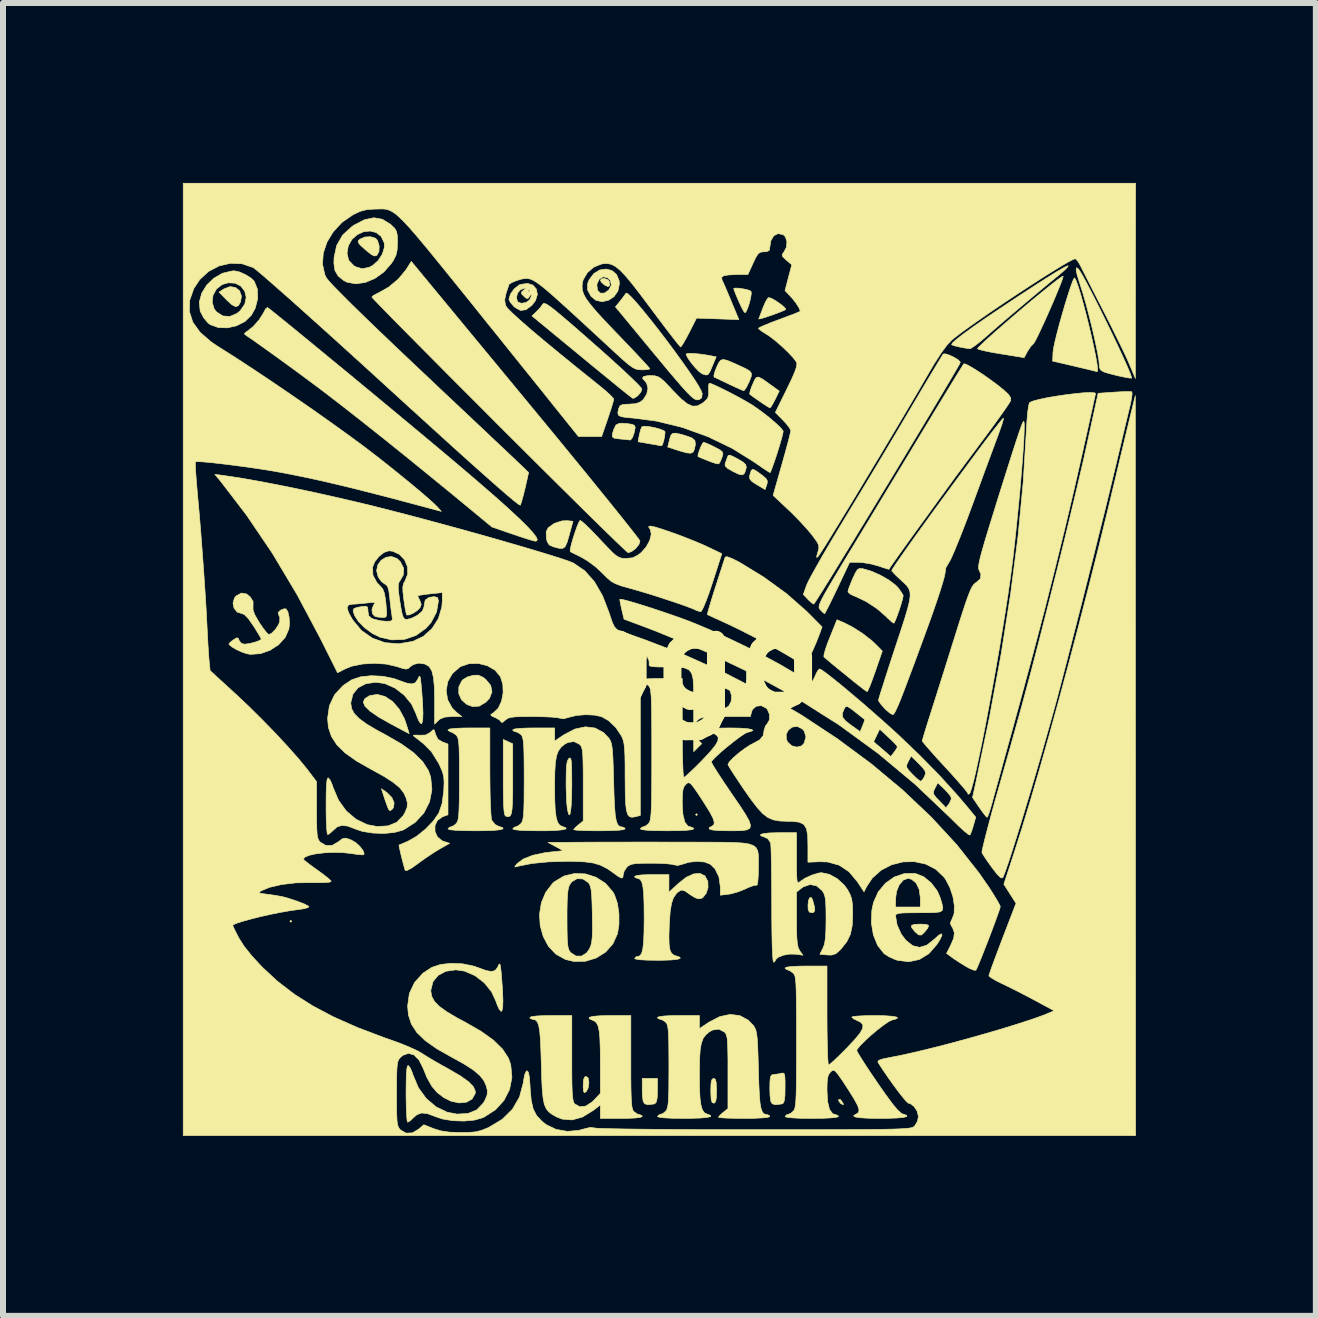
<source format=kicad_pcb>
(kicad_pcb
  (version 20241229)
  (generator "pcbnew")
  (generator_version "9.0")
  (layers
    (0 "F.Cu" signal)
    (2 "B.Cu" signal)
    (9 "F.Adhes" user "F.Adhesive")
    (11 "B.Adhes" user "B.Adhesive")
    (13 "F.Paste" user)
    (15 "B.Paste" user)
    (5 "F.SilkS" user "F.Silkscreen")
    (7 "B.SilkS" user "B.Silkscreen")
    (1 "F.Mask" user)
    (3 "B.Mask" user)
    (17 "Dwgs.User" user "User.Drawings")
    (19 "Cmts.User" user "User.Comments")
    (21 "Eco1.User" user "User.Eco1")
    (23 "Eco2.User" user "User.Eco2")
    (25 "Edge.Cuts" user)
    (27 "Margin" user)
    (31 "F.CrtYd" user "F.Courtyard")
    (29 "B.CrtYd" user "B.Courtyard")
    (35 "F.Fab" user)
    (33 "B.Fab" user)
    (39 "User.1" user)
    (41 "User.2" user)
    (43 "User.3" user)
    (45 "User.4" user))
  (footprint "Logo"
    (layer "F.Cu")
    (at 7.942 7.942)
    (property "Reference" "Logo" (at 0 0 0) (layer "F.SilkS") (effects (font (size 1.524 1.524) (thickness 0.3))))
    (attr through_hole)
    (fp_poly (pts (xy -6.128 4.366) (xy -6.144 4.381) (xy -6.16 4.366) (xy -6.144 4.35) (xy -6.128 4.366)) (stroke (width 0.01) (type solid)) (fill yes) (layer "F.SilkS"))
    (fp_poly (pts (xy 0.635 2.588) (xy 0.619 2.603) (xy 0.603 2.588) (xy 0.619 2.572) (xy 0.635 2.588)) (stroke (width 0.01) (type solid)) (fill yes) (layer "F.SilkS"))
    (fp_poly (pts (xy 0.706 1.404) (xy 0.639 1.471) (xy 0.572 1.538) (xy 0.572 1.27) (xy 0.706 1.404)) (stroke (width 0.01) (type solid)) (fill yes) (layer "F.SilkS"))
    (fp_poly (pts (xy 3.04 7.366) (xy 3.07 7.417) (xy 3.059 7.424) (xy 3.02 7.401) (xy 2.988 7.358) (xy 2.989 7.338) (xy 3.011 7.332) (xy 3.04 7.366)) (stroke (width 0.01) (type solid)) (fill yes) (layer "F.SilkS"))
    (fp_poly (pts (xy -0.857 -6.327) (xy -0.837 -6.303) (xy -0.826 -6.236) (xy -0.856 -6.214) (xy -0.913 -6.24) (xy -0.966 -6.287) (xy -0.984 -6.32) (xy -0.961 -6.346) (xy -0.909 -6.348) (xy -0.857 -6.327)) (stroke (width 0.01) (type solid)) (fill yes) (layer "F.SilkS"))
    (fp_poly (pts (xy -7.065 -6.199) (xy -6.998 -6.144) (xy -6.967 -6.056) (xy -6.982 -5.96) (xy -7.018 -5.896) (xy -7.065 -5.88) (xy -7.131 -5.915) (xy -7.22 -5.998) (xy -7.341 -6.122) (xy -7.259 -6.176) (xy -7.157 -6.214) (xy -7.065 -6.199)) (stroke (width 0.01) (type solid)) (fill yes) (layer "F.SilkS"))
    (fp_poly (pts (xy -4.539 2.223) (xy -4.459 2.304) (xy -4.422 2.392) (xy -4.433 2.471) (xy -4.452 2.497) (xy -4.488 2.523) (xy -4.513 2.502) (xy -4.533 2.455) (xy -4.568 2.358) (xy -4.6 2.261) (xy -4.633 2.156) (xy -4.539 2.223)) (stroke (width 0.01) (type solid)) (fill yes) (layer "F.SilkS"))
    (fp_poly (pts (xy 2.536 3.973) (xy 2.554 4.008) (xy 2.585 4.123) (xy 2.59 4.189) (xy 2.568 4.219) (xy 2.541 4.223) (xy 2.499 4.212) (xy 2.48 4.17) (xy 2.477 4.096) (xy 2.486 4.015) (xy 2.509 3.971) (xy 2.536 3.973)) (stroke (width 0.01) (type solid)) (fill yes) (layer "F.SilkS"))
    (fp_poly (pts (xy -0.032 7.188) (xy -0.036 7.307) (xy -0.05 7.376) (xy -0.077 7.408) (xy -0.082 7.41) (xy -0.19 7.424) (xy -0.246 7.408) (xy -0.271 7.365) (xy -0.284 7.263) (xy -0.286 7.189) (xy -0.286 6.985) (xy -0.032 6.985) (xy -0.032 7.188)) (stroke (width 0.01) (type solid)) (fill yes) (layer "F.SilkS"))
    (fp_poly (pts (xy 4.449 4.417) (xy 4.488 4.436) (xy 4.474 4.479) (xy 4.419 4.548) (xy 4.368 4.595) (xy 4.321 4.592) (xy 4.26 4.539) (xy 4.256 4.534) (xy 4.205 4.471) (xy 4.202 4.434) (xy 4.252 4.417) (xy 4.352 4.413) (xy 4.449 4.417)) (stroke (width 0.01) (type solid)) (fill yes) (layer "F.SilkS"))
    (fp_poly (pts (xy -1.187 6.978) (xy -1.175 7.057) (xy -1.175 7.06) (xy -1.188 7.146) (xy -1.22 7.206) (xy -1.222 7.207) (xy -1.251 7.223) (xy -1.265 7.2) (xy -1.27 7.128) (xy -1.27 7.1) (xy -1.264 7.004) (xy -1.244 6.96) (xy -1.222 6.953) (xy -1.187 6.978)) (stroke (width 0.01) (type solid)) (fill yes) (layer "F.SilkS"))
    (fp_poly (pts (xy -1.44 -2.302) (xy -1.503 -2.072) (xy -1.539 -1.949) (xy -1.572 -1.878) (xy -1.616 -1.849) (xy -1.683 -1.854) (xy -1.766 -1.876) (xy -1.836 -1.908) (xy -1.871 -1.964) (xy -1.884 -2.022) (xy -1.887 -2.128) (xy -1.854 -2.194) (xy -1.751 -2.268) (xy -1.621 -2.309) (xy -1.533 -2.312) (xy -1.44 -2.302)) (stroke (width 0.01) (type solid)) (fill yes) (layer "F.SilkS"))
    (fp_poly (pts (xy 1.609 -3.145) (xy 1.626 -3.133) (xy 1.725 -3.061) (xy 1.78 -3.012) (xy 1.8 -2.973) (xy 1.796 -2.93) (xy 1.789 -2.91) (xy 1.762 -2.831) (xy 1.625 -2.912) (xy 1.543 -2.965) (xy 1.507 -3.008) (xy 1.504 -3.056) (xy 1.508 -3.076) (xy 1.531 -3.15) (xy 1.559 -3.17) (xy 1.609 -3.145)) (stroke (width 0.01) (type solid)) (fill yes) (layer "F.SilkS"))
    (fp_poly (pts (xy -4.734 -7.021) (xy -4.7 -6.987) (xy -4.671 -6.892) (xy -4.675 -6.799) (xy -4.71 -6.735) (xy -4.746 -6.724) (xy -4.799 -6.747) (xy -4.88 -6.811) (xy -4.902 -6.83) (xy -4.982 -6.902) (xy -5.019 -6.947) (xy -5.021 -6.977) (xy -4.994 -7.003) (xy -4.994 -7.004) (xy -4.909 -7.041) (xy -4.814 -7.046) (xy -4.734 -7.021)) (stroke (width 0.01) (type solid)) (fill yes) (layer "F.SilkS"))
    (fp_poly (pts (xy 0.357 -3.753) (xy 0.439 -3.729) (xy 0.542 -3.692) (xy 0.592 -3.649) (xy 0.601 -3.584) (xy 0.583 -3.5) (xy 0.562 -3.456) (xy 0.523 -3.437) (xy 0.453 -3.443) (xy 0.34 -3.475) (xy 0.3 -3.488) (xy 0.139 -3.54) (xy 0.168 -3.659) (xy 0.188 -3.729) (xy 0.217 -3.765) (xy 0.269 -3.772) (xy 0.357 -3.753)) (stroke (width 0.01) (type solid)) (fill yes) (layer "F.SilkS"))
    (fp_poly (pts (xy 0.932 6.999) (xy 0.946 7.048) (xy 0.952 7.145) (xy 0.953 7.191) (xy 0.949 7.307) (xy 0.938 7.371) (xy 0.916 7.396) (xy 0.905 7.398) (xy 0.878 7.384) (xy 0.863 7.335) (xy 0.858 7.238) (xy 0.857 7.191) (xy 0.86 7.076) (xy 0.872 7.011) (xy 0.894 6.987) (xy 0.905 6.985) (xy 0.932 6.999)) (stroke (width 0.01) (type solid)) (fill yes) (layer "F.SilkS"))
    (fp_poly (pts (xy 1.238 -3.378) (xy 1.307 -3.341) (xy 1.396 -3.288) (xy 1.439 -3.247) (xy 1.449 -3.204) (xy 1.443 -3.175) (xy 1.42 -3.104) (xy 1.386 -3.076) (xy 1.326 -3.086) (xy 1.228 -3.132) (xy 1.137 -3.184) (xy 1.096 -3.226) (xy 1.096 -3.264) (xy 1.125 -3.344) (xy 1.134 -3.373) (xy 1.149 -3.402) (xy 1.179 -3.404) (xy 1.238 -3.378)) (stroke (width 0.01) (type solid)) (fill yes) (layer "F.SilkS"))
    (fp_poly (pts (xy -2.942 0.297) (xy -2.895 0.333) (xy -2.812 0.434) (xy -2.791 0.541) (xy -2.831 0.647) (xy -2.892 0.712) (xy -3.002 0.779) (xy -3.112 0.787) (xy -3.207 0.753) (xy -3.297 0.676) (xy -3.344 0.573) (xy -3.344 0.46) (xy -3.294 0.358) (xy -3.271 0.334) (xy -3.2 0.293) (xy -3.108 0.266) (xy -3.106 0.265) (xy -3.018 0.263) (xy -2.942 0.297)) (stroke (width 0.01) (type solid)) (fill yes) (layer "F.SilkS"))
    (fp_poly (pts (xy -2.524 1.371) (xy -2.445 1.407) (xy -2.445 2.002) (xy -2.445 2.221) (xy -2.449 2.383) (xy -2.456 2.497) (xy -2.468 2.57) (xy -2.487 2.609) (xy -2.515 2.622) (xy -2.552 2.616) (xy -2.564 2.612) (xy -2.578 2.591) (xy -2.589 2.533) (xy -2.597 2.434) (xy -2.601 2.287) (xy -2.603 2.086) (xy -2.603 1.967) (xy -2.603 1.335) (xy -2.524 1.371)) (stroke (width 0.01) (type solid)) (fill yes) (layer "F.SilkS"))
    (fp_poly (pts (xy -0.169 -3.88) (xy -0.074 -3.862) (xy 0.015 -3.837) (xy 0.078 -3.811) (xy 0.095 -3.793) (xy 0.088 -3.721) (xy 0.072 -3.643) (xy 0.052 -3.581) (xy 0.036 -3.56) (xy -0.004 -3.567) (xy -0.087 -3.582) (xy -0.169 -3.596) (xy -0.355 -3.628) (xy -0.334 -3.743) (xy -0.314 -3.824) (xy -0.294 -3.875) (xy -0.291 -3.878) (xy -0.248 -3.887) (xy -0.169 -3.88)) (stroke (width 0.01) (type solid)) (fill yes) (layer "F.SilkS"))
    (fp_poly (pts (xy 0.664 -5.091) (xy 0.799 -5.072) (xy 0.863 -5.06) (xy 0.947 -5.044) (xy 0.882 -4.888) (xy 0.842 -4.794) (xy 0.811 -4.748) (xy 0.776 -4.74) (xy 0.721 -4.758) (xy 0.711 -4.762) (xy 0.66 -4.799) (xy 0.592 -4.869) (xy 0.524 -4.952) (xy 0.47 -5.03) (xy 0.445 -5.085) (xy 0.445 -5.089) (xy 0.473 -5.101) (xy 0.551 -5.101) (xy 0.664 -5.091)) (stroke (width 0.01) (type solid)) (fill yes) (layer "F.SilkS"))
    (fp_poly (pts (xy 1.331 -6.187) (xy 1.411 -6.174) (xy 1.484 -6.157) (xy 1.527 -6.137) (xy 1.527 -6.137) (xy 1.532 -6.097) (xy 1.52 -6.021) (xy 1.497 -5.93) (xy 1.468 -5.846) (xy 1.441 -5.79) (xy 1.427 -5.779) (xy 1.404 -5.805) (xy 1.366 -5.876) (xy 1.322 -5.971) (xy 1.279 -6.072) (xy 1.249 -6.148) (xy 1.238 -6.182) (xy 1.265 -6.19) (xy 1.331 -6.187)) (stroke (width 0.01) (type solid)) (fill yes) (layer "F.SilkS"))
    (fp_poly (pts (xy -0.529 -3.93) (xy -0.456 -3.918) (xy -0.415 -3.9) (xy -0.403 -3.865) (xy -0.417 -3.792) (xy -0.421 -3.776) (xy -0.448 -3.699) (xy -0.479 -3.659) (xy -0.488 -3.657) (xy -0.54 -3.663) (xy -0.627 -3.672) (xy -0.659 -3.674) (xy -0.748 -3.686) (xy -0.785 -3.71) (xy -0.782 -3.764) (xy -0.759 -3.837) (xy -0.724 -3.908) (xy -0.669 -3.934) (xy -0.624 -3.937) (xy -0.529 -3.93)) (stroke (width 0.01) (type solid)) (fill yes) (layer "F.SilkS"))
    (fp_poly (pts (xy 1.871 -6.017) (xy 1.939 -5.978) (xy 2.012 -5.928) (xy 2.073 -5.879) (xy 2.106 -5.842) (xy 2.105 -5.832) (xy 2.052 -5.806) (xy 1.968 -5.773) (xy 1.87 -5.737) (xy 1.774 -5.705) (xy 1.698 -5.682) (xy 1.659 -5.674) (xy 1.656 -5.677) (xy 1.673 -5.718) (xy 1.703 -5.798) (xy 1.729 -5.867) (xy 1.768 -5.958) (xy 1.805 -6.018) (xy 1.824 -6.032) (xy 1.871 -6.017)) (stroke (width 0.01) (type solid)) (fill yes) (layer "F.SilkS"))
    (fp_poly (pts (xy -4.572 0.619) (xy -4.448 0.702) (xy -4.339 0.827) (xy -4.253 0.985) (xy -4.231 1.045) (xy -4.199 1.144) (xy -4.178 1.214) (xy -4.172 1.238) (xy -4.199 1.224) (xy -4.271 1.186) (xy -4.376 1.13) (xy -4.477 1.076) (xy -4.679 0.962) (xy -4.822 0.864) (xy -4.907 0.782) (xy -4.936 0.713) (xy -4.911 0.655) (xy -4.833 0.606) (xy -4.826 0.603) (xy -4.701 0.584) (xy -4.572 0.619)) (stroke (width 0.01) (type solid)) (fill yes) (layer "F.SilkS"))
    (fp_poly (pts (xy 1.716 -4.675) (xy 1.811 -4.608) (xy 1.848 -4.581) (xy 1.998 -4.473) (xy 1.929 -4.332) (xy 1.886 -4.251) (xy 1.854 -4.201) (xy 1.843 -4.193) (xy 1.81 -4.21) (xy 1.741 -4.254) (xy 1.674 -4.3) (xy 1.589 -4.359) (xy 1.528 -4.404) (xy 1.506 -4.42) (xy 1.509 -4.456) (xy 1.532 -4.53) (xy 1.555 -4.585) (xy 1.588 -4.661) (xy 1.617 -4.701) (xy 1.655 -4.706) (xy 1.716 -4.675)) (stroke (width 0.01) (type solid)) (fill yes) (layer "F.SilkS"))
    (fp_poly (pts (xy 0.778 -3.606) (xy 0.856 -3.572) (xy 0.92 -3.54) (xy 1.009 -3.493) (xy 1.051 -3.458) (xy 1.059 -3.42) (xy 1.043 -3.366) (xy 1.014 -3.296) (xy 0.99 -3.259) (xy 0.989 -3.259) (xy 0.95 -3.263) (xy 0.873 -3.288) (xy 0.81 -3.312) (xy 0.72 -3.348) (xy 0.66 -3.374) (xy 0.644 -3.381) (xy 0.644 -3.412) (xy 0.664 -3.476) (xy 0.692 -3.548) (xy 0.721 -3.603) (xy 0.737 -3.619) (xy 0.778 -3.606)) (stroke (width 0.01) (type solid)) (fill yes) (layer "F.SilkS"))
    (fp_poly (pts (xy 2.081 6.907) (xy 2.091 6.949) (xy 2.095 7.033) (xy 2.095 7.137) (xy 2.093 7.27) (xy 2.084 7.352) (xy 2.066 7.396) (xy 2.045 7.41) (xy 1.937 7.424) (xy 1.881 7.408) (xy 1.857 7.367) (xy 1.844 7.266) (xy 1.841 7.157) (xy 1.843 7.035) (xy 1.851 6.963) (xy 1.868 6.93) (xy 1.897 6.921) (xy 1.897 6.921) (xy 1.973 6.912) (xy 2.024 6.901) (xy 2.059 6.895) (xy 2.081 6.907)) (stroke (width 0.01) (type solid)) (fill yes) (layer "F.SilkS"))
    (fp_poly (pts (xy -1.477 1.656) (xy -1.468 1.702) (xy -1.463 1.787) (xy -1.461 1.92) (xy -1.46 2.09) (xy -1.463 2.286) (xy -1.47 2.437) (xy -1.481 2.539) (xy -1.494 2.59) (xy -1.511 2.585) (xy -1.529 2.521) (xy -1.535 2.484) (xy -1.544 2.402) (xy -1.55 2.276) (xy -1.555 2.126) (xy -1.555 2.028) (xy -1.553 1.866) (xy -1.546 1.757) (xy -1.532 1.689) (xy -1.511 1.653) (xy -1.508 1.651) (xy -1.49 1.642) (xy -1.477 1.656)) (stroke (width 0.01) (type solid)) (fill yes) (layer "F.SilkS"))
    (fp_poly (pts (xy 1.135 -4.983) (xy 1.241 -4.938) (xy 1.318 -4.903) (xy 1.437 -4.848) (xy 1.507 -4.806) (xy 1.535 -4.767) (xy 1.531 -4.716) (xy 1.502 -4.642) (xy 1.495 -4.625) (xy 1.454 -4.541) (xy 1.419 -4.489) (xy 1.406 -4.479) (xy 1.367 -4.494) (xy 1.287 -4.529) (xy 1.182 -4.578) (xy 1.159 -4.589) (xy 1.05 -4.641) (xy 0.963 -4.682) (xy 0.915 -4.705) (xy 0.911 -4.706) (xy 0.909 -4.738) (xy 0.929 -4.808) (xy 0.953 -4.868) (xy 0.988 -4.943) (xy 1.022 -4.987) (xy 1.066 -5) (xy 1.135 -4.983)) (stroke (width 0.01) (type solid)) (fill yes) (layer "F.SilkS"))
    (fp_poly (pts (xy 3.076 -0.612) (xy 3.226 -0.535) (xy 3.391 -0.429) (xy 3.54 -0.313) (xy 3.612 -0.246) (xy 3.716 -0.139) (xy 3.599 0.201) (xy 3.551 0.335) (xy 3.509 0.444) (xy 3.478 0.516) (xy 3.464 0.538) (xy 3.433 0.519) (xy 3.364 0.466) (xy 3.264 0.388) (xy 3.144 0.291) (xy 3.105 0.259) (xy 2.979 0.157) (xy 2.871 0.068) (xy 2.791 0.000231) (xy 2.747 -0.037) (xy 2.742 -0.041) (xy 2.744 -0.079) (xy 2.766 -0.161) (xy 2.805 -0.274) (xy 2.84 -0.362) (xy 2.96 -0.66) (xy 3.076 -0.612)) (stroke (width 0.01) (type solid)) (fill yes) (layer "F.SilkS"))
    (fp_poly (pts (xy -0.791 -6.482) (xy -0.714 -6.416) (xy -0.671 -6.313) (xy -0.667 -6.258) (xy -0.692 -6.139) (xy -0.758 -6.046) (xy -0.85 -5.986) (xy -0.955 -5.963) (xy -1.058 -5.986) (xy -1.141 -6.053) (xy -1.198 -6.16) (xy -1.196 -6.239) (xy -1.042 -6.239) (xy -1.031 -6.151) (xy -0.983 -6.105) (xy -0.914 -6.107) (xy -0.844 -6.157) (xy -0.801 -6.24) (xy -0.818 -6.318) (xy -0.865 -6.362) (xy -0.938 -6.378) (xy -1.001 -6.341) (xy -1.039 -6.261) (xy -1.042 -6.239) (xy -1.196 -6.239) (xy -1.195 -6.268) (xy -1.171 -6.328) (xy -1.092 -6.433) (xy -0.993 -6.492) (xy -0.888 -6.507) (xy -0.791 -6.482)) (stroke (width 0.01) (type solid)) (fill yes) (layer "F.SilkS"))
    (fp_poly (pts (xy -1.91 -5.933) (xy -1.874 -5.917) (xy -1.818 -5.879) (xy -1.739 -5.818) (xy -1.632 -5.729) (xy -1.491 -5.609) (xy -1.313 -5.454) (xy -1.107 -5.273) (xy -0.915 -5.104) (xy -0.739 -4.945) (xy -0.584 -4.803) (xy -0.457 -4.683) (xy -0.362 -4.59) (xy -0.306 -4.529) (xy -0.292 -4.509) (xy -0.309 -4.456) (xy -0.358 -4.397) (xy -0.416 -4.357) (xy -0.444 -4.352) (xy -0.471 -4.372) (xy -0.542 -4.427) (xy -0.65 -4.514) (xy -0.79 -4.628) (xy -0.955 -4.763) (xy -1.141 -4.915) (xy -1.292 -5.04) (xy -2.125 -5.726) (xy -2.052 -5.794) (xy -1.987 -5.862) (xy -1.945 -5.921) (xy -1.932 -5.934) (xy -1.91 -5.933)) (stroke (width 0.01) (type solid)) (fill yes) (layer "F.SilkS"))
    (fp_poly (pts (xy -0.528 -6.097) (xy -0.47 -6.043) (xy -0.386 -5.951) (xy -0.281 -5.827) (xy -0.162 -5.68) (xy -0.032 -5.516) (xy 0.101 -5.342) (xy 0.234 -5.164) (xy 0.36 -4.991) (xy 0.475 -4.828) (xy 0.574 -4.683) (xy 0.65 -4.564) (xy 0.698 -4.476) (xy 0.714 -4.429) (xy 0.705 -4.359) (xy 0.664 -4.331) (xy 0.635 -4.326) (xy 0.608 -4.33) (xy 0.574 -4.348) (xy 0.527 -4.386) (xy 0.465 -4.448) (xy 0.381 -4.54) (xy 0.273 -4.665) (xy 0.134 -4.829) (xy -0.038 -5.037) (xy -0.089 -5.098) (xy -0.733 -5.877) (xy -0.66 -5.966) (xy -0.602 -6.041) (xy -0.558 -6.102) (xy -0.556 -6.106) (xy -0.528 -6.097)) (stroke (width 0.01) (type solid)) (fill yes) (layer "F.SilkS"))
    (fp_poly (pts (xy 6.948 -6.31) (xy 6.983 -6.213) (xy 7.025 -6.078) (xy 7.07 -5.917) (xy 7.117 -5.737) (xy 7.164 -5.549) (xy 7.207 -5.363) (xy 7.246 -5.188) (xy 7.277 -5.034) (xy 7.298 -4.911) (xy 7.306 -4.829) (xy 7.3 -4.797) (xy 7.299 -4.797) (xy 7.264 -4.805) (xy 7.186 -4.824) (xy 7.112 -4.842) (xy 6.976 -4.874) (xy 6.824 -4.91) (xy 6.747 -4.928) (xy 6.556 -4.972) (xy 6.561 -5.113) (xy 6.57 -5.184) (xy 6.594 -5.296) (xy 6.628 -5.436) (xy 6.67 -5.596) (xy 6.717 -5.763) (xy 6.766 -5.929) (xy 6.813 -6.081) (xy 6.855 -6.21) (xy 6.89 -6.305) (xy 6.914 -6.355) (xy 6.923 -6.359) (xy 6.948 -6.31)) (stroke (width 0.01) (type solid)) (fill yes) (layer "F.SilkS"))
    (fp_poly (pts (xy 3.392 -1.511) (xy 3.406 -1.508) (xy 3.54 -1.468) (xy 3.687 -1.402) (xy 3.826 -1.322) (xy 3.936 -1.239) (xy 3.981 -1.193) (xy 4.032 -1.121) (xy 4.061 -1.072) (xy 4.064 -1.063) (xy 4.055 -1.012) (xy 4.031 -0.927) (xy 3.999 -0.826) (xy 3.964 -0.727) (xy 3.933 -0.648) (xy 3.912 -0.606) (xy 3.908 -0.603) (xy 3.875 -0.624) (xy 3.815 -0.678) (xy 3.777 -0.716) (xy 3.627 -0.846) (xy 3.45 -0.962) (xy 3.276 -1.046) (xy 3.262 -1.051) (xy 3.187 -1.085) (xy 3.146 -1.121) (xy 3.143 -1.13) (xy 3.155 -1.177) (xy 3.187 -1.261) (xy 3.223 -1.348) (xy 3.269 -1.446) (xy 3.303 -1.498) (xy 3.34 -1.516) (xy 3.392 -1.511)) (stroke (width 0.01) (type solid)) (fill yes) (layer "F.SilkS"))
    (fp_poly (pts (xy 6.801 -6.536) (xy 6.748 -6.483) (xy 6.681 -6.425) (xy 6.475 -6.256) (xy 6.262 -6.078) (xy 6.05 -5.9) (xy 5.85 -5.731) (xy 5.673 -5.58) (xy 5.528 -5.454) (xy 5.458 -5.392) (xy 5.353 -5.301) (xy 5.261 -5.23) (xy 5.196 -5.187) (xy 5.172 -5.179) (xy 5.113 -5.187) (xy 5.025 -5.203) (xy 5.008 -5.206) (xy 4.927 -5.225) (xy 4.876 -5.243) (xy 4.871 -5.246) (xy 4.886 -5.275) (xy 4.952 -5.335) (xy 5.068 -5.425) (xy 5.231 -5.544) (xy 5.44 -5.689) (xy 5.692 -5.859) (xy 5.699 -5.863) (xy 5.992 -6.058) (xy 6.244 -6.222) (xy 6.452 -6.356) (xy 6.615 -6.457) (xy 6.731 -6.525) (xy 6.799 -6.559) (xy 6.815 -6.562) (xy 6.801 -6.536)) (stroke (width 0.01) (type solid)) (fill yes) (layer "F.SilkS"))
    (fp_poly (pts (xy 6.731 -6.387) (xy 6.719 -6.341) (xy 6.685 -6.249) (xy 6.634 -6.125) (xy 6.573 -5.978) (xy 6.504 -5.82) (xy 6.434 -5.662) (xy 6.367 -5.517) (xy 6.309 -5.394) (xy 6.264 -5.306) (xy 6.238 -5.263) (xy 6.235 -5.261) (xy 6.191 -5.217) (xy 6.142 -5.144) (xy 6.136 -5.133) (xy 6.08 -5.03) (xy 5.691 -5.093) (xy 5.543 -5.118) (xy 5.421 -5.143) (xy 5.337 -5.164) (xy 5.302 -5.178) (xy 5.302 -5.179) (xy 5.325 -5.207) (xy 5.387 -5.268) (xy 5.48 -5.355) (xy 5.596 -5.458) (xy 5.644 -5.5) (xy 5.84 -5.671) (xy 6.031 -5.834) (xy 6.21 -5.985) (xy 6.372 -6.118) (xy 6.511 -6.23) (xy 6.62 -6.316) (xy 6.695 -6.37) (xy 6.729 -6.389) (xy 6.731 -6.387)) (stroke (width 0.01) (type solid)) (fill yes) (layer "F.SilkS"))
    (fp_poly (pts (xy 6.979 -6.514) (xy 7.002 -6.485) (xy 7.047 -6.412) (xy 7.11 -6.298) (xy 7.188 -6.15) (xy 7.276 -5.978) (xy 7.37 -5.79) (xy 7.467 -5.593) (xy 7.562 -5.397) (xy 7.651 -5.209) (xy 7.73 -5.038) (xy 7.796 -4.892) (xy 7.843 -4.78) (xy 7.869 -4.709) (xy 7.872 -4.689) (xy 7.836 -4.69) (xy 7.756 -4.704) (xy 7.647 -4.727) (xy 7.635 -4.73) (xy 7.495 -4.765) (xy 7.407 -4.793) (xy 7.358 -4.823) (xy 7.338 -4.86) (xy 7.334 -4.899) (xy 7.326 -4.988) (xy 7.302 -5.124) (xy 7.266 -5.297) (xy 7.222 -5.492) (xy 7.171 -5.698) (xy 7.118 -5.902) (xy 7.064 -6.091) (xy 7.013 -6.252) (xy 7.005 -6.276) (xy 6.965 -6.405) (xy 6.947 -6.491) (xy 6.952 -6.529) (xy 6.979 -6.514)) (stroke (width 0.01) (type solid)) (fill yes) (layer "F.SilkS"))
    (fp_poly (pts (xy 1.212 -1.681) (xy 1.335 -1.619) (xy 1.739 -1.372) (xy 2.119 -1.096) (xy 2.455 -0.8) (xy 2.523 -0.733) (xy 2.712 -0.541) (xy 2.669 -0.421) (xy 2.619 -0.293) (xy 2.564 -0.166) (xy 2.511 -0.051) (xy 2.464 0.038) (xy 2.431 0.087) (xy 2.422 0.092) (xy 2.385 0.076) (xy 2.308 0.034) (xy 2.207 -0.026) (xy 2.175 -0.045) (xy 1.991 -0.152) (xy 1.769 -0.273) (xy 1.53 -0.398) (xy 1.294 -0.517) (xy 1.083 -0.617) (xy 1.048 -0.633) (xy 0.937 -0.683) (xy 0.851 -0.723) (xy 0.804 -0.745) (xy 0.8 -0.747) (xy 0.806 -0.779) (xy 0.828 -0.859) (xy 0.864 -0.979) (xy 0.91 -1.128) (xy 0.937 -1.211) (xy 0.989 -1.373) (xy 1.035 -1.515) (xy 1.07 -1.625) (xy 1.092 -1.692) (xy 1.096 -1.705) (xy 1.129 -1.712) (xy 1.212 -1.681)) (stroke (width 0.01) (type solid)) (fill yes) (layer "F.SilkS"))
    (fp_poly (pts (xy -7.001 -6.459) (xy -6.9 -6.414) (xy -6.808 -6.357) (xy -6.755 -6.306) (xy -6.701 -6.172) (xy -6.696 -6.015) (xy -6.737 -5.855) (xy -6.801 -5.738) (xy -6.908 -5.633) (xy -7.047 -5.562) (xy -7.201 -5.527) (xy -7.352 -5.532) (xy -7.484 -5.579) (xy -7.522 -5.606) (xy -7.597 -5.694) (xy -7.652 -5.799) (xy -7.656 -5.812) (xy -7.669 -5.953) (xy -7.455 -5.953) (xy -7.421 -5.842) (xy -7.383 -5.793) (xy -7.277 -5.725) (xy -7.159 -5.717) (xy -7.042 -5.767) (xy -6.987 -5.813) (xy -6.911 -5.924) (xy -6.888 -6.036) (xy -6.913 -6.139) (xy -6.976 -6.221) (xy -7.07 -6.271) (xy -7.188 -6.278) (xy -7.288 -6.249) (xy -7.384 -6.175) (xy -7.441 -6.07) (xy -7.455 -5.953) (xy -7.669 -5.953) (xy -7.669 -5.958) (xy -7.629 -6.105) (xy -7.545 -6.241) (xy -7.426 -6.355) (xy -7.283 -6.437) (xy -7.123 -6.475) (xy -7.083 -6.477) (xy -7.001 -6.459)) (stroke (width 0.01) (type solid)) (fill yes) (layer "F.SilkS"))
    (fp_poly (pts (xy -4.618 -7.337) (xy -4.484 -7.254) (xy -4.469 -7.241) (xy -4.412 -7.185) (xy -4.381 -7.131) (xy -4.368 -7.058) (xy -4.366 -6.948) (xy -4.372 -6.824) (xy -4.392 -6.734) (xy -4.437 -6.647) (xy -4.471 -6.597) (xy -4.594 -6.457) (xy -4.742 -6.351) (xy -4.901 -6.284) (xy -5.059 -6.261) (xy -5.203 -6.286) (xy -5.261 -6.315) (xy -5.355 -6.391) (xy -5.408 -6.481) (xy -5.426 -6.603) (xy -5.423 -6.701) (xy -5.408 -6.77) (xy -5.207 -6.77) (xy -5.18 -6.654) (xy -5.097 -6.566) (xy -5.064 -6.545) (xy -4.954 -6.512) (xy -4.838 -6.536) (xy -4.776 -6.569) (xy -4.688 -6.648) (xy -4.62 -6.754) (xy -4.584 -6.866) (xy -4.586 -6.941) (xy -4.638 -7.051) (xy -4.722 -7.116) (xy -4.824 -7.141) (xy -4.933 -7.128) (xy -5.037 -7.08) (xy -5.126 -7.001) (xy -5.186 -6.894) (xy -5.207 -6.77) (xy -5.408 -6.77) (xy -5.379 -6.902) (xy -5.279 -7.075) (xy -5.122 -7.218) (xy -5.089 -7.24) (xy -4.914 -7.33) (xy -4.759 -7.362) (xy -4.618 -7.337)) (stroke (width 0.01) (type solid)) (fill yes) (layer "F.SilkS"))
    (fp_poly (pts (xy -2.826 1.871) (xy -2.824 2.084) (xy -2.821 2.28) (xy -2.815 2.448) (xy -2.808 2.578) (xy -2.8 2.66) (xy -2.795 2.68) (xy -2.741 2.751) (xy -2.684 2.781) (xy -2.613 2.804) (xy -2.605 2.824) (xy -2.656 2.84) (xy -2.766 2.851) (xy -2.932 2.856) (xy -3.064 2.857) (xy -3.254 2.855) (xy -3.397 2.849) (xy -3.489 2.84) (xy -3.524 2.827) (xy -3.524 2.826) (xy -3.499 2.797) (xy -3.482 2.794) (xy -3.429 2.772) (xy -3.386 2.736) (xy -3.369 2.709) (xy -3.355 2.668) (xy -3.346 2.603) (xy -3.34 2.507) (xy -3.336 2.371) (xy -3.334 2.186) (xy -3.334 1.995) (xy -3.334 1.768) (xy -3.336 1.596) (xy -3.339 1.47) (xy -3.346 1.383) (xy -3.355 1.325) (xy -3.369 1.288) (xy -3.387 1.264) (xy -3.392 1.259) (xy -3.451 1.218) (xy -3.487 1.206) (xy -3.522 1.185) (xy -3.524 1.175) (xy -3.494 1.16) (xy -3.408 1.15) (xy -3.275 1.144) (xy -3.175 1.143) (xy -2.826 1.143) (xy -2.826 1.871)) (stroke (width 0.01) (type solid)) (fill yes) (layer "F.SilkS"))
    (fp_poly (pts (xy -2.235 -4.334) (xy -1.961 -4.002) (xy -1.698 -3.683) (xy -1.45 -3.38) (xy -1.219 -3.098) (xy -1.009 -2.839) (xy -0.821 -2.607) (xy -0.659 -2.406) (xy -0.526 -2.239) (xy -0.424 -2.109) (xy -0.356 -2.021) (xy -0.325 -1.977) (xy -0.324 -1.973) (xy -0.341 -1.916) (xy -0.394 -1.85) (xy -0.462 -1.798) (xy -0.52 -1.778) (xy -0.547 -1.8) (xy -0.616 -1.864) (xy -0.723 -1.966) (xy -0.866 -2.105) (xy -1.041 -2.276) (xy -1.245 -2.476) (xy -1.474 -2.703) (xy -1.727 -2.953) (xy -1.999 -3.223) (xy -2.287 -3.51) (xy -2.589 -3.811) (xy -2.675 -3.897) (xy -2.979 -4.202) (xy -3.271 -4.494) (xy -3.546 -4.77) (xy -3.802 -5.028) (xy -4.035 -5.263) (xy -4.243 -5.473) (xy -4.423 -5.655) (xy -4.57 -5.806) (xy -4.683 -5.922) (xy -4.758 -6) (xy -4.792 -6.037) (xy -4.794 -6.04) (xy -4.768 -6.066) (xy -4.702 -6.101) (xy -4.68 -6.111) (xy -4.511 -6.207) (xy -4.35 -6.342) (xy -4.225 -6.494) (xy -4.222 -6.498) (xy -4.136 -6.634) (xy -2.235 -4.334)) (stroke (width 0.01) (type solid)) (fill yes) (layer "F.SilkS"))
    (fp_poly (pts (xy -2.107 -6.238) (xy -2.05 -6.172) (xy -2.034 -6.082) (xy -2.066 -5.98) (xy -2.125 -5.903) (xy -2.224 -5.829) (xy -2.316 -5.817) (xy -2.407 -5.867) (xy -2.43 -5.888) (xy -2.483 -5.95) (xy -2.508 -5.998) (xy -2.508 -6.001) (xy -2.5 -6.031) (xy -2.382 -6.031) (xy -2.366 -5.966) (xy -2.36 -5.958) (xy -2.3 -5.936) (xy -2.224 -5.949) (xy -2.166 -5.99) (xy -2.16 -5.999) (xy -2.134 -6.058) (xy -2.13 -6.089) (xy -2.146 -6.079) (xy -2.163 -6.054) (xy -2.191 -6.015) (xy -2.222 -6.021) (xy -2.259 -6.053) (xy -2.301 -6.097) (xy -2.296 -6.126) (xy -2.275 -6.144) (xy -2.191 -6.144) (xy -2.175 -6.128) (xy -2.159 -6.144) (xy -2.175 -6.16) (xy -2.191 -6.144) (xy -2.275 -6.144) (xy -2.266 -6.15) (xy -2.232 -6.183) (xy -2.247 -6.189) (xy -2.302 -6.167) (xy -2.32 -6.158) (xy -2.365 -6.106) (xy -2.382 -6.031) (xy -2.5 -6.031) (xy -2.483 -6.089) (xy -2.42 -6.177) (xy -2.339 -6.241) (xy -2.318 -6.25) (xy -2.198 -6.268) (xy -2.107 -6.238)) (stroke (width 0.01) (type solid)) (fill yes) (layer "F.SilkS"))
    (fp_poly (pts (xy 7.25 -4.445) (xy 7.271 -4.434) (xy 7.264 -4.401) (xy 7.245 -4.314) (xy 7.216 -4.181) (xy 7.178 -4.009) (xy 7.133 -3.806) (xy 7.082 -3.579) (xy 7.066 -3.505) (xy 6.914 -2.836) (xy 6.757 -2.172) (xy 6.592 -1.501) (xy 6.417 -0.811) (xy 6.228 -0.093) (xy 6.022 0.668) (xy 5.883 1.175) (xy 5.81 1.437) (xy 5.741 1.686) (xy 5.678 1.916) (xy 5.622 2.116) (xy 5.577 2.279) (xy 5.545 2.396) (xy 5.529 2.453) (xy 5.5 2.549) (xy 5.475 2.615) (xy 5.462 2.634) (xy 5.437 2.609) (xy 5.388 2.546) (xy 5.332 2.467) (xy 5.22 2.302) (xy 5.276 2.048) (xy 5.505 0.952) (xy 5.698 -0.095) (xy 5.855 -1.093) (xy 5.978 -2.046) (xy 6.065 -2.956) (xy 6.115 -3.77) (xy 6.126 -3.962) (xy 6.139 -4.116) (xy 6.154 -4.224) (xy 6.169 -4.278) (xy 6.172 -4.282) (xy 6.227 -4.306) (xy 6.327 -4.333) (xy 6.458 -4.361) (xy 6.61 -4.387) (xy 6.77 -4.411) (xy 6.926 -4.43) (xy 7.066 -4.444) (xy 7.178 -4.449) (xy 7.25 -4.445)) (stroke (width 0.01) (type solid)) (fill yes) (layer "F.SilkS"))
    (fp_poly (pts (xy 4.84 -5.07) (xy 4.919 -5.032) (xy 4.985 -4.99) (xy 5.016 -4.955) (xy 5.016 -4.952) (xy 5.001 -4.919) (xy 4.955 -4.838) (xy 4.882 -4.714) (xy 4.786 -4.551) (xy 4.669 -4.355) (xy 4.535 -4.131) (xy 4.387 -3.884) (xy 4.227 -3.619) (xy 4.06 -3.342) (xy 3.888 -3.057) (xy 3.714 -2.771) (xy 3.542 -2.487) (xy 3.374 -2.212) (xy 3.214 -1.949) (xy 3.064 -1.706) (xy 2.929 -1.485) (xy 2.811 -1.294) (xy 2.713 -1.137) (xy 2.639 -1.019) (xy 2.591 -0.945) (xy 2.572 -0.921) (xy 2.538 -0.942) (xy 2.483 -0.993) (xy 2.475 -1.002) (xy 2.399 -1.082) (xy 2.455 -1.24) (xy 2.485 -1.305) (xy 2.544 -1.416) (xy 2.628 -1.566) (xy 2.731 -1.747) (xy 2.851 -1.951) (xy 2.982 -2.171) (xy 3.076 -2.326) (xy 3.244 -2.604) (xy 3.432 -2.915) (xy 3.63 -3.244) (xy 3.826 -3.572) (xy 4.01 -3.881) (xy 4.171 -4.154) (xy 4.174 -4.159) (xy 4.303 -4.377) (xy 4.422 -4.578) (xy 4.527 -4.754) (xy 4.615 -4.9) (xy 4.681 -5.009) (xy 4.721 -5.075) (xy 4.731 -5.091) (xy 4.771 -5.093) (xy 4.84 -5.07)) (stroke (width 0.01) (type solid)) (fill yes) (layer "F.SilkS"))
    (fp_poly (pts (xy -6.534 -5.866) (xy -6.503 -5.844) (xy -6.427 -5.784) (xy -6.31 -5.689) (xy -6.154 -5.563) (xy -5.965 -5.408) (xy -5.744 -5.227) (xy -5.497 -5.023) (xy -5.225 -4.8) (xy -4.934 -4.559) (xy -4.627 -4.305) (xy -4.307 -4.039) (xy -4.112 -3.877) (xy -3.7 -3.533) (xy -3.336 -3.227) (xy -3.021 -2.958) (xy -2.751 -2.724) (xy -2.527 -2.524) (xy -2.346 -2.356) (xy -2.208 -2.221) (xy -2.111 -2.116) (xy -2.053 -2.04) (xy -2.034 -1.993) (xy -2.053 -1.972) (xy -2.072 -1.971) (xy -2.116 -1.982) (xy -2.207 -2.009) (xy -2.33 -2.049) (xy -2.451 -2.09) (xy -2.791 -2.207) (xy -3.467 -2.765) (xy -3.854 -3.081) (xy -4.244 -3.398) (xy -4.628 -3.706) (xy -4.995 -3.997) (xy -5.334 -4.262) (xy -5.572 -4.445) (xy -5.696 -4.539) (xy -5.846 -4.65) (xy -6.013 -4.774) (xy -6.188 -4.902) (xy -6.362 -5.028) (xy -6.526 -5.146) (xy -6.67 -5.249) (xy -6.785 -5.33) (xy -6.863 -5.384) (xy -6.885 -5.398) (xy -6.918 -5.425) (xy -6.899 -5.451) (xy -6.874 -5.467) (xy -6.773 -5.547) (xy -6.674 -5.658) (xy -6.602 -5.771) (xy -6.598 -5.78) (xy -6.564 -5.842) (xy -6.535 -5.866) (xy -6.534 -5.866)) (stroke (width 0.01) (type solid)) (fill yes) (layer "F.SilkS"))
    (fp_poly (pts (xy -3.75 1.18) (xy -3.734 1.243) (xy -3.734 1.244) (xy -3.694 1.329) (xy -3.62 1.375) (xy -3.524 1.411) (xy -3.524 2.59) (xy -3.618 2.625) (xy -3.701 2.685) (xy -3.741 2.772) (xy -3.74 2.871) (xy -3.699 2.961) (xy -3.619 3.025) (xy -3.597 3.033) (xy -3.496 3.066) (xy -3.656 3.156) (xy -3.763 3.221) (xy -3.893 3.308) (xy -4.017 3.397) (xy -4.02 3.4) (xy -4.131 3.479) (xy -4.205 3.518) (xy -4.238 3.517) (xy -4.238 3.516) (xy -4.256 3.455) (xy -4.28 3.366) (xy -4.305 3.266) (xy -4.326 3.175) (xy -4.339 3.112) (xy -4.341 3.095) (xy -4.31 3.082) (xy -4.24 3.052) (xy -4.191 3.031) (xy -4.049 2.95) (xy -3.903 2.833) (xy -3.773 2.699) (xy -3.68 2.567) (xy -3.675 2.557) (xy -3.623 2.405) (xy -3.595 2.198) (xy -3.594 2.182) (xy -3.589 2.05) (xy -3.595 1.955) (xy -3.618 1.87) (xy -3.662 1.768) (xy -3.68 1.731) (xy -3.799 1.54) (xy -3.931 1.407) (xy -4.014 1.341) (xy -4.078 1.291) (xy -4.103 1.271) (xy -4.09 1.262) (xy -4.031 1.262) (xy -4.003 1.264) (xy -3.899 1.261) (xy -3.826 1.222) (xy -3.816 1.213) (xy -3.771 1.172) (xy -3.75 1.18)) (stroke (width 0.01) (type solid)) (fill yes) (layer "F.SilkS"))
    (fp_poly (pts (xy -6.883 -1.091) (xy -6.823 -1.044) (xy -6.773 -0.965) (xy -6.774 -0.89) (xy -6.774 -0.824) (xy -6.745 -0.744) (xy -6.682 -0.634) (xy -6.665 -0.607) (xy -6.6 -0.512) (xy -6.545 -0.443) (xy -6.511 -0.413) (xy -6.509 -0.413) (xy -6.461 -0.438) (xy -6.402 -0.498) (xy -6.352 -0.573) (xy -6.329 -0.627) (xy -6.328 -0.7) (xy -6.345 -0.74) (xy -6.356 -0.781) (xy -6.315 -0.82) (xy -6.255 -0.844) (xy -6.223 -0.841) (xy -6.193 -0.793) (xy -6.173 -0.705) (xy -6.166 -0.601) (xy -6.176 -0.507) (xy -6.237 -0.367) (xy -6.346 -0.246) (xy -6.488 -0.153) (xy -6.648 -0.096) (xy -6.813 -0.084) (xy -6.876 -0.094) (xy -6.959 -0.122) (xy -7.049 -0.163) (xy -7.126 -0.208) (xy -7.171 -0.246) (xy -7.176 -0.257) (xy -7.152 -0.288) (xy -7.099 -0.328) (xy -7.044 -0.36) (xy -7.019 -0.351) (xy -7.007 -0.316) (xy -6.965 -0.264) (xy -6.913 -0.254) (xy -6.843 -0.262) (xy -6.759 -0.282) (xy -6.684 -0.307) (xy -6.64 -0.331) (xy -6.636 -0.337) (xy -6.651 -0.369) (xy -6.693 -0.439) (xy -6.752 -0.536) (xy -6.766 -0.556) (xy -6.849 -0.676) (xy -6.917 -0.746) (xy -6.954 -0.762) (xy -7.037 -0.788) (xy -7.091 -0.854) (xy -7.108 -0.939) (xy -7.083 -1.024) (xy -7.054 -1.059) (xy -6.968 -1.106) (xy -6.883 -1.091)) (stroke (width 0.01) (type solid)) (fill yes) (layer "F.SilkS"))
    (fp_poly (pts (xy -1.231 3.576) (xy -1.056 3.632) (xy -0.9 3.732) (xy -0.776 3.875) (xy -0.749 3.922) (xy -0.7 4.064) (xy -0.674 4.24) (xy -0.674 4.422) (xy -0.698 4.572) (xy -0.775 4.742) (xy -0.897 4.88) (xy -1.054 4.978) (xy -1.233 5.032) (xy -1.423 5.036) (xy -1.567 5.002) (xy -1.725 4.914) (xy -1.849 4.784) (xy -1.936 4.621) (xy -1.987 4.439) (xy -1.994 4.321) (xy -1.54 4.321) (xy -1.539 4.512) (xy -1.536 4.65) (xy -1.53 4.746) (xy -1.52 4.81) (xy -1.504 4.853) (xy -1.481 4.885) (xy -1.478 4.888) (xy -1.391 4.945) (xy -1.298 4.946) (xy -1.212 4.892) (xy -1.166 4.826) (xy -1.143 4.773) (xy -1.128 4.709) (xy -1.119 4.623) (xy -1.115 4.502) (xy -1.117 4.336) (xy -1.118 4.25) (xy -1.123 4.064) (xy -1.129 3.931) (xy -1.138 3.84) (xy -1.152 3.779) (xy -1.171 3.739) (xy -1.188 3.718) (xy -1.276 3.66) (xy -1.373 3.656) (xy -1.459 3.706) (xy -1.484 3.737) (xy -1.506 3.779) (xy -1.521 3.835) (xy -1.531 3.915) (xy -1.537 4.03) (xy -1.54 4.191) (xy -1.54 4.321) (xy -1.994 4.321) (xy -1.998 4.248) (xy -1.968 4.059) (xy -1.896 3.884) (xy -1.78 3.734) (xy -1.749 3.706) (xy -1.59 3.611) (xy -1.413 3.569) (xy -1.231 3.576)) (stroke (width 0.01) (type solid)) (fill yes) (layer "F.SilkS"))
    (fp_poly (pts (xy 0.758 3.608) (xy 0.807 3.698) (xy 0.808 3.703) (xy 0.811 3.803) (xy 0.78 3.9) (xy 0.724 3.97) (xy 0.694 3.986) (xy 0.649 3.991) (xy 0.595 3.972) (xy 0.516 3.924) (xy 0.428 3.861) (xy 0.363 3.845) (xy 0.294 3.889) (xy 0.234 3.975) (xy 0.203 4.066) (xy 0.18 4.203) (xy 0.166 4.395) (xy 0.165 4.419) (xy 0.159 4.61) (xy 0.162 4.748) (xy 0.176 4.841) (xy 0.201 4.898) (xy 0.241 4.93) (xy 0.27 4.94) (xy 0.34 4.964) (xy 0.348 4.984) (xy 0.299 5) (xy 0.194 5.011) (xy 0.037 5.016) (xy -0.032 5.016) (xy -0.199 5.014) (xy -0.323 5.007) (xy -0.396 4.995) (xy -0.413 4.985) (xy -0.387 4.956) (xy -0.366 4.953) (xy -0.327 4.942) (xy -0.298 4.905) (xy -0.278 4.834) (xy -0.264 4.722) (xy -0.257 4.562) (xy -0.254 4.347) (xy -0.254 4.302) (xy -0.256 4.077) (xy -0.262 3.908) (xy -0.275 3.788) (xy -0.294 3.71) (xy -0.321 3.667) (xy -0.358 3.652) (xy -0.366 3.651) (xy -0.408 3.634) (xy -0.413 3.619) (xy -0.383 3.604) (xy -0.3 3.593) (xy -0.174 3.588) (xy -0.127 3.588) (xy 0.159 3.588) (xy 0.159 3.882) (xy 0.312 3.739) (xy 0.447 3.633) (xy 0.571 3.576) (xy 0.677 3.568) (xy 0.758 3.608)) (stroke (width 0.01) (type solid)) (fill yes) (layer "F.SilkS"))
    (fp_poly (pts (xy 4.271 3.57) (xy 4.407 3.624) (xy 4.532 3.727) (xy 4.633 3.861) (xy 4.683 3.978) (xy 4.712 4.077) (xy 4.725 4.145) (xy 4.714 4.188) (xy 4.669 4.211) (xy 4.582 4.221) (xy 4.446 4.223) (xy 4.334 4.223) (xy 4.168 4.224) (xy 4.056 4.227) (xy 3.987 4.234) (xy 3.951 4.247) (xy 3.938 4.266) (xy 3.937 4.278) (xy 3.963 4.427) (xy 4.031 4.579) (xy 4.109 4.682) (xy 4.223 4.773) (xy 4.338 4.8) (xy 4.456 4.765) (xy 4.576 4.671) (xy 4.658 4.597) (xy 4.703 4.574) (xy 4.711 4.598) (xy 4.678 4.669) (xy 4.627 4.751) (xy 4.493 4.905) (xy 4.335 5.002) (xy 4.16 5.04) (xy 3.972 5.017) (xy 3.927 5.002) (xy 3.83 4.959) (xy 3.75 4.908) (xy 3.741 4.9) (xy 3.637 4.767) (xy 3.567 4.593) (xy 3.534 4.395) (xy 3.541 4.187) (xy 3.553 4.128) (xy 3.937 4.128) (xy 4.35 4.128) (xy 4.35 3.973) (xy 4.331 3.834) (xy 4.279 3.727) (xy 4.201 3.664) (xy 4.141 3.651) (xy 4.064 3.68) (xy 3.998 3.758) (xy 3.953 3.87) (xy 3.937 3.993) (xy 3.937 4.128) (xy 3.553 4.128) (xy 3.569 4.053) (xy 3.648 3.876) (xy 3.768 3.732) (xy 3.917 3.627) (xy 4.084 3.57) (xy 4.258 3.568) (xy 4.271 3.57)) (stroke (width 0.01) (type solid)) (fill yes) (layer "F.SilkS"))
    (fp_poly (pts (xy -1.287 -2.295) (xy -1.22 -2.235) (xy -1.128 -2.144) (xy -1.021 -2.033) (xy -0.99 -2) (xy -0.871 -1.873) (xy -0.784 -1.785) (xy -0.721 -1.73) (xy -0.67 -1.699) (xy -0.623 -1.686) (xy -0.568 -1.683) (xy -0.554 -1.683) (xy -0.445 -1.694) (xy -0.356 -1.739) (xy -0.303 -1.781) (xy -0.219 -1.876) (xy -0.161 -1.983) (xy -0.136 -2.085) (xy -0.15 -2.163) (xy -0.158 -2.174) (xy -0.181 -2.212) (xy -0.155 -2.222) (xy -0.15 -2.223) (xy -0.089 -2.211) (xy 0.016 -2.18) (xy 0.154 -2.134) (xy 0.311 -2.078) (xy 0.472 -2.016) (xy 0.626 -1.954) (xy 0.759 -1.897) (xy 0.798 -1.878) (xy 1.041 -1.762) (xy 0.885 -1.278) (xy 0.827 -1.105) (xy 0.774 -0.963) (xy 0.73 -0.859) (xy 0.699 -0.802) (xy 0.69 -0.795) (xy 0.629 -0.811) (xy 0.603 -0.823) (xy 0.545 -0.849) (xy 0.439 -0.889) (xy 0.296 -0.939) (xy 0.131 -0.994) (xy -0.044 -1.051) (xy -0.217 -1.105) (xy -0.376 -1.152) (xy -0.495 -1.186) (xy -0.635 -1.225) (xy -0.732 -1.261) (xy -0.806 -1.303) (xy -0.877 -1.364) (xy -0.947 -1.435) (xy -1.067 -1.546) (xy -1.203 -1.646) (xy -1.293 -1.699) (xy -1.389 -1.747) (xy -1.459 -1.782) (xy -1.486 -1.796) (xy -1.487 -1.831) (xy -1.47 -1.907) (xy -1.442 -2.008) (xy -1.407 -2.117) (xy -1.372 -2.216) (xy -1.341 -2.289) (xy -1.321 -2.318) (xy -1.321 -2.318) (xy -1.287 -2.295)) (stroke (width 0.01) (type solid)) (fill yes) (layer "F.SilkS"))
    (fp_poly (pts (xy -4.375 -1.682) (xy -4.32 -1.631) (xy -4.263 -1.519) (xy -4.268 -1.409) (xy -4.312 -1.33) (xy -4.339 -1.29) (xy -4.352 -1.247) (xy -4.354 -1.185) (xy -4.344 -1.089) (xy -4.325 -0.96) (xy -4.302 -0.823) (xy -4.283 -0.736) (xy -4.263 -0.689) (xy -4.238 -0.67) (xy -4.208 -0.667) (xy -4.136 -0.684) (xy -4.048 -0.727) (xy -4.029 -0.739) (xy -3.952 -0.805) (xy -3.923 -0.877) (xy -3.921 -0.906) (xy -3.903 -0.989) (xy -3.842 -1.033) (xy -3.754 -1.046) (xy -3.698 -1.031) (xy -3.683 -0.976) (xy -3.714 -0.791) (xy -3.804 -0.618) (xy -3.888 -0.521) (xy -4.058 -0.399) (xy -4.252 -0.333) (xy -4.461 -0.325) (xy -4.655 -0.369) (xy -4.787 -0.434) (xy -4.915 -0.528) (xy -5.02 -0.635) (xy -5.08 -0.73) (xy -5.105 -0.803) (xy -5.096 -0.844) (xy -5.042 -0.866) (xy -4.973 -0.879) (xy -4.897 -0.887) (xy -4.865 -0.871) (xy -4.858 -0.818) (xy -4.858 -0.801) (xy -4.846 -0.728) (xy -4.799 -0.686) (xy -4.758 -0.67) (xy -4.651 -0.644) (xy -4.549 -0.635) (xy -4.476 -0.639) (xy -4.451 -0.663) (xy -4.457 -0.721) (xy -4.457 -0.722) (xy -4.469 -0.8) (xy -4.483 -0.914) (xy -4.495 -1.023) (xy -4.51 -1.143) (xy -4.53 -1.213) (xy -4.559 -1.248) (xy -4.576 -1.255) (xy -4.632 -1.296) (xy -4.684 -1.367) (xy -4.686 -1.371) (xy -4.714 -1.478) (xy -4.694 -1.575) (xy -4.638 -1.653) (xy -4.558 -1.702) (xy -4.466 -1.715) (xy -4.375 -1.682)) (stroke (width 0.01) (type solid)) (fill yes) (layer "F.SilkS"))
    (fp_poly (pts (xy -0.082 -4.728) (xy -0.029 -4.715) (xy 0.023 -4.684) (xy 0.089 -4.626) (xy 0.179 -4.532) (xy 0.23 -4.477) (xy 0.361 -4.344) (xy 0.464 -4.261) (xy 0.551 -4.222) (xy 0.631 -4.225) (xy 0.712 -4.267) (xy 0.745 -4.291) (xy 0.803 -4.349) (xy 0.822 -4.416) (xy 0.82 -4.481) (xy 0.818 -4.559) (xy 0.83 -4.601) (xy 0.835 -4.604) (xy 0.881 -4.589) (xy 0.968 -4.55) (xy 1.083 -4.494) (xy 1.214 -4.427) (xy 1.345 -4.357) (xy 1.464 -4.29) (xy 1.558 -4.234) (xy 1.576 -4.221) (xy 1.7 -4.133) (xy 1.821 -4.04) (xy 1.928 -3.949) (xy 2.01 -3.872) (xy 2.057 -3.817) (xy 2.064 -3.801) (xy 2.055 -3.752) (xy 2.031 -3.663) (xy 1.998 -3.549) (xy 1.959 -3.424) (xy 1.919 -3.303) (xy 1.883 -3.202) (xy 1.857 -3.134) (xy 1.844 -3.113) (xy 1.812 -3.132) (xy 1.741 -3.178) (xy 1.643 -3.246) (xy 1.587 -3.285) (xy 1.215 -3.517) (xy 0.809 -3.713) (xy 0.382 -3.867) (xy -0.048 -3.972) (xy -0.421 -4.021) (xy -0.558 -4.033) (xy -0.642 -4.048) (xy -0.684 -4.072) (xy -0.693 -4.113) (xy -0.68 -4.176) (xy -0.678 -4.183) (xy -0.658 -4.226) (xy -0.616 -4.248) (xy -0.533 -4.254) (xy -0.503 -4.255) (xy -0.391 -4.263) (xy -0.315 -4.293) (xy -0.268 -4.332) (xy -0.211 -4.421) (xy -0.191 -4.52) (xy -0.213 -4.605) (xy -0.238 -4.636) (xy -0.281 -4.685) (xy -0.266 -4.716) (xy -0.192 -4.73) (xy -0.146 -4.731) (xy -0.082 -4.728)) (stroke (width 0.01) (type solid)) (fill yes) (layer "F.SilkS"))
    (fp_poly (pts (xy 5.109 -4.921) (xy 5.182 -4.883) (xy 5.284 -4.821) (xy 5.403 -4.743) (xy 5.527 -4.655) (xy 5.647 -4.566) (xy 5.731 -4.498) (xy 5.816 -4.42) (xy 5.855 -4.363) (xy 5.857 -4.314) (xy 5.856 -4.313) (xy 5.832 -4.272) (xy 5.775 -4.187) (xy 5.69 -4.066) (xy 5.582 -3.916) (xy 5.456 -3.744) (xy 5.317 -3.558) (xy 5.302 -3.537) (xy 5.196 -3.395) (xy 5.071 -3.227) (xy 4.932 -3.039) (xy 4.785 -2.837) (xy 4.633 -2.629) (xy 4.482 -2.42) (xy 4.335 -2.218) (xy 4.198 -2.029) (xy 4.076 -1.859) (xy 3.973 -1.715) (xy 3.894 -1.603) (xy 3.844 -1.53) (xy 3.827 -1.502) (xy 3.799 -1.509) (xy 3.728 -1.531) (xy 3.651 -1.557) (xy 3.521 -1.592) (xy 3.386 -1.614) (xy 3.325 -1.618) (xy 3.172 -1.619) (xy 2.969 -1.191) (xy 2.897 -1.041) (xy 2.835 -0.914) (xy 2.787 -0.82) (xy 2.759 -0.769) (xy 2.753 -0.762) (xy 2.725 -0.783) (xy 2.683 -0.826) (xy 2.668 -0.844) (xy 2.661 -0.865) (xy 2.663 -0.896) (xy 2.678 -0.941) (xy 2.709 -1.006) (xy 2.758 -1.097) (xy 2.828 -1.219) (xy 2.922 -1.378) (xy 3.043 -1.58) (xy 3.194 -1.83) (xy 3.207 -1.85) (xy 3.37 -2.12) (xy 3.557 -2.429) (xy 3.758 -2.761) (xy 3.963 -3.1) (xy 4.163 -3.43) (xy 4.347 -3.736) (xy 4.421 -3.858) (xy 4.562 -4.091) (xy 4.694 -4.308) (xy 4.812 -4.502) (xy 4.912 -4.666) (xy 4.992 -4.796) (xy 5.047 -4.884) (xy 5.073 -4.925) (xy 5.075 -4.928) (xy 5.109 -4.921)) (stroke (width 0.01) (type solid)) (fill yes) (layer "F.SilkS"))
    (fp_poly (pts (xy -1.46 6.649) (xy -1.46 6.886) (xy -1.458 7.066) (xy -1.454 7.199) (xy -1.447 7.293) (xy -1.438 7.354) (xy -1.424 7.393) (xy -1.411 7.411) (xy -1.325 7.458) (xy -1.226 7.446) (xy -1.12 7.376) (xy -1.091 7.348) (xy -0.984 7.234) (xy -0.984 6.715) (xy -0.986 6.488) (xy -0.992 6.317) (xy -1.004 6.193) (xy -1.023 6.109) (xy -1.051 6.055) (xy -1.089 6.025) (xy -1.109 6.017) (xy -1.17 5.99) (xy -1.17 5.968) (xy -1.111 5.951) (xy -0.996 5.941) (xy -0.826 5.937) (xy -0.476 5.937) (xy -0.476 6.713) (xy -0.476 6.96) (xy -0.474 7.151) (xy -0.47 7.294) (xy -0.465 7.397) (xy -0.456 7.466) (xy -0.444 7.51) (xy -0.429 7.535) (xy -0.426 7.538) (xy -0.367 7.579) (xy -0.331 7.588) (xy -0.29 7.606) (xy -0.286 7.62) (xy -0.316 7.634) (xy -0.402 7.645) (xy -0.535 7.651) (xy -0.635 7.652) (xy -0.984 7.652) (xy -0.984 7.427) (xy -1.103 7.519) (xy -1.282 7.629) (xy -1.456 7.677) (xy -1.623 7.663) (xy -1.712 7.628) (xy -1.787 7.586) (xy -1.845 7.543) (xy -1.888 7.488) (xy -1.919 7.414) (xy -1.939 7.311) (xy -1.953 7.171) (xy -1.962 6.984) (xy -1.968 6.749) (xy -1.976 6.51) (xy -1.984 6.327) (xy -1.996 6.193) (xy -2.012 6.101) (xy -2.035 6.043) (xy -2.064 6.012) (xy -2.103 6.001) (xy -2.115 6.001) (xy -2.155 5.982) (xy -2.159 5.969) (xy -2.129 5.955) (xy -2.043 5.944) (xy -1.91 5.938) (xy -1.81 5.937) (xy -1.46 5.937) (xy -1.46 6.649)) (stroke (width 0.01) (type solid)) (fill yes) (layer "F.SilkS"))
    (fp_poly (pts (xy 0.218 3.046) (xy 0.502 3.046) (xy 0.803 3.047) (xy 1.046 3.048) (xy 1.238 3.052) (xy 1.385 3.061) (xy 1.492 3.077) (xy 1.566 3.103) (xy 1.613 3.14) (xy 1.639 3.191) (xy 1.65 3.259) (xy 1.652 3.345) (xy 1.651 3.451) (xy 1.651 3.466) (xy 1.648 3.602) (xy 1.641 3.703) (xy 1.63 3.758) (xy 1.622 3.764) (xy 1.58 3.767) (xy 1.502 3.795) (xy 1.44 3.823) (xy 1.321 3.872) (xy 1.199 3.907) (xy 1.151 3.915) (xy 1.016 3.931) (xy 1.016 3.79) (xy 0.992 3.624) (xy 0.925 3.488) (xy 0.85 3.415) (xy 0.755 3.378) (xy 0.626 3.367) (xy 0.489 3.382) (xy 0.4 3.41) (xy 0.307 3.435) (xy 0.25 3.426) (xy 0.202 3.415) (xy 0.105 3.405) (xy -0.025 3.399) (xy -0.135 3.398) (xy -0.29 3.399) (xy -0.396 3.404) (xy -0.464 3.416) (xy -0.509 3.436) (xy -0.54 3.461) (xy -0.587 3.53) (xy -0.603 3.588) (xy -0.609 3.636) (xy -0.635 3.645) (xy -0.69 3.615) (xy -0.751 3.57) (xy -0.867 3.489) (xy -0.978 3.432) (xy -1.099 3.395) (xy -1.245 3.375) (xy -1.432 3.367) (xy -1.526 3.366) (xy -1.848 3.375) (xy -2.124 3.402) (xy -2.347 3.446) (xy -2.365 3.451) (xy -2.408 3.461) (xy -2.406 3.445) (xy -2.369 3.403) (xy -2.267 3.327) (xy -2.112 3.266) (xy -1.914 3.223) (xy -1.824 3.212) (xy -1.603 3.189) (xy -1.857 3.051) (xy -1.175 3.047) (xy -0.958 3.046) (xy -0.693 3.046) (xy -0.398 3.045) (xy -0.089 3.045) (xy 0.218 3.046)) (stroke (width 0.01) (type solid)) (fill yes) (layer "F.SilkS"))
    (fp_poly (pts (xy 7.868 -4.462) (xy 7.876 -4.46) (xy 7.88 -4.424) (xy 7.87 -4.344) (xy 7.847 -4.234) (xy 7.842 -4.215) (xy 7.818 -4.115) (xy 7.782 -3.966) (xy 7.738 -3.781) (xy 7.689 -3.573) (xy 7.637 -3.355) (xy 7.621 -3.286) (xy 7.561 -3.037) (xy 7.491 -2.746) (xy 7.411 -2.42) (xy 7.323 -2.069) (xy 7.232 -1.701) (xy 7.137 -1.324) (xy 7.042 -0.947) (xy 6.948 -0.579) (xy 6.858 -0.228) (xy 6.774 0.098) (xy 6.698 0.389) (xy 6.633 0.637) (xy 6.579 0.834) (xy 6.57 0.867) (xy 6.483 1.177) (xy 6.393 1.494) (xy 6.301 1.812) (xy 6.209 2.124) (xy 6.119 2.424) (xy 6.034 2.705) (xy 5.954 2.962) (xy 5.883 3.187) (xy 5.822 3.374) (xy 5.772 3.518) (xy 5.737 3.611) (xy 5.722 3.642) (xy 5.691 3.641) (xy 5.632 3.584) (xy 5.545 3.471) (xy 5.544 3.47) (xy 5.471 3.368) (xy 5.413 3.282) (xy 5.38 3.228) (xy 5.377 3.221) (xy 5.381 3.182) (xy 5.402 3.09) (xy 5.436 2.952) (xy 5.482 2.776) (xy 5.537 2.57) (xy 5.6 2.342) (xy 5.631 2.234) (xy 5.744 1.835) (xy 5.843 1.486) (xy 5.929 1.179) (xy 6.006 0.904) (xy 6.075 0.651) (xy 6.14 0.41) (xy 6.204 0.172) (xy 6.268 -0.074) (xy 6.336 -0.337) (xy 6.41 -0.627) (xy 6.493 -0.953) (xy 6.587 -1.326) (xy 6.617 -1.445) (xy 6.697 -1.765) (xy 6.78 -2.103) (xy 6.862 -2.445) (xy 6.942 -2.778) (xy 7.015 -3.089) (xy 7.079 -3.365) (xy 7.129 -3.591) (xy 7.314 -4.436) (xy 7.583 -4.455) (xy 7.708 -4.462) (xy 7.809 -4.465) (xy 7.868 -4.462)) (stroke (width 0.01) (type solid)) (fill yes) (layer "F.SilkS"))
    (fp_poly (pts (xy 5.735 -4.022) (xy 5.731 -3.989) (xy 5.708 -3.911) (xy 5.67 -3.803) (xy 5.654 -3.759) (xy 5.619 -3.665) (xy 5.566 -3.521) (xy 5.498 -3.338) (xy 5.419 -3.125) (xy 5.334 -2.892) (xy 5.245 -2.651) (xy 5.222 -2.588) (xy 5.136 -2.357) (xy 5.054 -2.143) (xy 4.979 -1.955) (xy 4.915 -1.8) (xy 4.865 -1.686) (xy 4.831 -1.621) (xy 4.823 -1.61) (xy 4.775 -1.527) (xy 4.763 -1.443) (xy 4.752 -1.385) (xy 4.722 -1.275) (xy 4.675 -1.125) (xy 4.615 -0.944) (xy 4.544 -0.739) (xy 4.475 -0.548) (xy 4.35 -0.207) (xy 4.245 0.078) (xy 4.157 0.312) (xy 4.086 0.501) (xy 4.029 0.648) (xy 3.984 0.758) (xy 3.949 0.835) (xy 3.924 0.885) (xy 3.905 0.912) (xy 3.891 0.921) (xy 3.891 0.921) (xy 3.848 0.9) (xy 3.783 0.846) (xy 3.753 0.816) (xy 3.692 0.747) (xy 3.656 0.694) (xy 3.652 0.681) (xy 3.661 0.644) (xy 3.688 0.555) (xy 3.731 0.421) (xy 3.785 0.251) (xy 3.849 0.052) (xy 3.921 -0.167) (xy 3.934 -0.206) (xy 4.02 -0.466) (xy 4.087 -0.673) (xy 4.135 -0.834) (xy 4.166 -0.958) (xy 4.18 -1.052) (xy 4.177 -1.124) (xy 4.157 -1.181) (xy 4.122 -1.231) (xy 4.071 -1.282) (xy 4.005 -1.342) (xy 4.003 -1.344) (xy 3.931 -1.412) (xy 3.884 -1.463) (xy 3.873 -1.481) (xy 3.892 -1.515) (xy 3.943 -1.593) (xy 4.023 -1.709) (xy 4.127 -1.857) (xy 4.251 -2.032) (xy 4.392 -2.227) (xy 4.543 -2.436) (xy 4.702 -2.654) (xy 4.864 -2.875) (xy 5.024 -3.092) (xy 5.178 -3.3) (xy 5.321 -3.493) (xy 5.45 -3.665) (xy 5.561 -3.81) (xy 5.648 -3.921) (xy 5.707 -3.994) (xy 5.734 -4.022) (xy 5.735 -4.022)) (stroke (width 0.01) (type solid)) (fill yes) (layer "F.SilkS"))
    (fp_poly (pts (xy 6.077 -3.965) (xy 6.083 -3.923) (xy 6.082 -3.827) (xy 6.076 -3.682) (xy 6.065 -3.497) (xy 6.049 -3.28) (xy 6.029 -3.038) (xy 6.007 -2.778) (xy 5.981 -2.51) (xy 5.954 -2.239) (xy 5.926 -1.974) (xy 5.898 -1.723) (xy 5.869 -1.493) (xy 5.854 -1.381) (xy 5.814 -1.102) (xy 5.768 -0.801) (xy 5.717 -0.485) (xy 5.663 -0.159) (xy 5.606 0.17) (xy 5.547 0.496) (xy 5.489 0.812) (xy 5.432 1.112) (xy 5.377 1.39) (xy 5.325 1.64) (xy 5.279 1.854) (xy 5.238 2.027) (xy 5.204 2.153) (xy 5.179 2.225) (xy 5.171 2.237) (xy 5.146 2.249) (xy 5.144 2.236) (xy 5.123 2.204) (xy 5.066 2.134) (xy 4.979 2.033) (xy 4.87 1.911) (xy 4.763 1.794) (xy 4.639 1.66) (xy 4.533 1.541) (xy 4.45 1.446) (xy 4.397 1.383) (xy 4.381 1.36) (xy 4.391 1.323) (xy 4.416 1.238) (xy 4.453 1.117) (xy 4.498 0.974) (xy 4.502 0.963) (xy 4.543 0.832) (xy 4.6 0.653) (xy 4.668 0.438) (xy 4.744 0.198) (xy 4.823 -0.054) (xy 4.902 -0.306) (xy 4.907 -0.321) (xy 4.989 -0.583) (xy 5.055 -0.79) (xy 5.108 -0.95) (xy 5.151 -1.069) (xy 5.185 -1.154) (xy 5.214 -1.212) (xy 5.24 -1.249) (xy 5.266 -1.273) (xy 5.278 -1.28) (xy 5.35 -1.343) (xy 5.36 -1.418) (xy 5.328 -1.491) (xy 5.32 -1.515) (xy 5.321 -1.556) (xy 5.331 -1.619) (xy 5.352 -1.711) (xy 5.386 -1.836) (xy 5.434 -2.001) (xy 5.498 -2.211) (xy 5.579 -2.472) (xy 5.646 -2.689) (xy 5.746 -3.007) (xy 5.829 -3.269) (xy 5.896 -3.48) (xy 5.95 -3.646) (xy 5.992 -3.771) (xy 6.023 -3.861) (xy 6.045 -3.92) (xy 6.061 -3.954) (xy 6.071 -3.966) (xy 6.077 -3.965)) (stroke (width 0.01) (type solid)) (fill yes) (layer "F.SilkS"))
    (fp_poly (pts (xy 2.286 3.323) (xy 2.286 3.495) (xy 2.289 3.613) (xy 2.294 3.684) (xy 2.303 3.718) (xy 2.318 3.723) (xy 2.339 3.708) (xy 2.343 3.705) (xy 2.429 3.647) (xy 2.542 3.596) (xy 2.652 3.562) (xy 2.704 3.556) (xy 2.833 3.583) (xy 2.965 3.656) (xy 3.081 3.762) (xy 3.136 3.837) (xy 3.18 3.92) (xy 3.206 3.997) (xy 3.219 4.091) (xy 3.222 4.222) (xy 3.222 4.255) (xy 3.214 4.44) (xy 3.184 4.583) (xy 3.125 4.705) (xy 3.031 4.824) (xy 3.013 4.843) (xy 2.942 4.906) (xy 2.871 4.929) (xy 2.799 4.927) (xy 2.675 4.915) (xy 2.726 4.815) (xy 2.751 4.751) (xy 2.766 4.66) (xy 2.775 4.532) (xy 2.778 4.354) (xy 2.778 4.328) (xy 2.777 4.161) (xy 2.772 4.044) (xy 2.762 3.964) (xy 2.745 3.908) (xy 2.719 3.862) (xy 2.711 3.852) (xy 2.619 3.774) (xy 2.511 3.753) (xy 2.399 3.792) (xy 2.372 3.811) (xy 2.286 3.878) (xy 2.286 4.329) (xy 2.287 4.517) (xy 2.292 4.652) (xy 2.301 4.746) (xy 2.315 4.809) (xy 2.337 4.852) (xy 2.339 4.856) (xy 2.392 4.931) (xy 2.265 4.914) (xy 2.165 4.913) (xy 2.065 4.932) (xy 1.983 4.964) (xy 1.939 5.003) (xy 1.937 5.015) (xy 1.914 5.047) (xy 1.905 5.048) (xy 1.895 5.017) (xy 1.887 4.924) (xy 1.88 4.772) (xy 1.876 4.563) (xy 1.873 4.299) (xy 1.873 4.088) (xy 1.872 3.844) (xy 1.87 3.618) (xy 1.867 3.419) (xy 1.864 3.255) (xy 1.86 3.134) (xy 1.855 3.065) (xy 1.853 3.056) (xy 1.809 2.991) (xy 1.758 2.965) (xy 1.692 2.941) (xy 1.684 2.921) (xy 1.733 2.904) (xy 1.833 2.893) (xy 1.98 2.889) (xy 1.984 2.889) (xy 2.286 2.889) (xy 2.286 3.323)) (stroke (width 0.01) (type solid)) (fill yes) (layer "F.SilkS"))
    (fp_poly (pts (xy -1.073 1.144) (xy -0.932 1.219) (xy -0.843 1.312) (xy -0.821 1.347) (xy -0.804 1.39) (xy -0.791 1.45) (xy -0.781 1.535) (xy -0.774 1.656) (xy -0.768 1.822) (xy -0.762 2.042) (xy -0.762 2.045) (xy -0.755 2.285) (xy -0.746 2.468) (xy -0.735 2.602) (xy -0.718 2.694) (xy -0.696 2.752) (xy -0.666 2.783) (xy -0.628 2.794) (xy -0.615 2.794) (xy -0.576 2.812) (xy -0.572 2.826) (xy -0.602 2.839) (xy -0.69 2.849) (xy -0.829 2.855) (xy -1 2.857) (xy -1.157 2.856) (xy -1.288 2.852) (xy -1.382 2.847) (xy -1.426 2.84) (xy -1.429 2.838) (xy -1.406 2.807) (xy -1.352 2.759) (xy -1.349 2.757) (xy -1.27 2.694) (xy -1.27 2.082) (xy -1.27 1.868) (xy -1.273 1.709) (xy -1.277 1.595) (xy -1.284 1.518) (xy -1.296 1.468) (xy -1.312 1.436) (xy -1.328 1.418) (xy -1.422 1.37) (xy -1.525 1.384) (xy -1.581 1.415) (xy -1.64 1.465) (xy -1.684 1.525) (xy -1.714 1.606) (xy -1.733 1.718) (xy -1.743 1.871) (xy -1.746 2.075) (xy -1.746 2.124) (xy -1.744 2.348) (xy -1.736 2.516) (xy -1.72 2.636) (xy -1.696 2.716) (xy -1.662 2.763) (xy -1.619 2.785) (xy -1.558 2.807) (xy -1.557 2.826) (xy -1.616 2.841) (xy -1.731 2.852) (xy -1.899 2.857) (xy -2 2.857) (xy -2.186 2.855) (xy -2.326 2.849) (xy -2.414 2.839) (xy -2.445 2.826) (xy -2.445 2.826) (xy -2.419 2.797) (xy -2.402 2.794) (xy -2.349 2.772) (xy -2.307 2.736) (xy -2.289 2.709) (xy -2.276 2.668) (xy -2.266 2.603) (xy -2.26 2.507) (xy -2.256 2.371) (xy -2.255 2.187) (xy -2.254 1.992) (xy -2.255 1.761) (xy -2.257 1.584) (xy -2.261 1.456) (xy -2.268 1.366) (xy -2.279 1.307) (xy -2.293 1.271) (xy -2.304 1.256) (xy -2.364 1.216) (xy -2.399 1.206) (xy -2.44 1.189) (xy -2.445 1.175) (xy -2.414 1.16) (xy -2.329 1.15) (xy -2.196 1.144) (xy -2.095 1.143) (xy -1.746 1.143) (xy -1.746 1.361) (xy -1.587 1.254) (xy -1.407 1.161) (xy -1.233 1.124) (xy -1.073 1.144)) (stroke (width 0.01) (type solid)) (fill yes) (layer "F.SilkS"))
    (fp_poly (pts (xy 1.34 5.938) (xy 1.481 6.013) (xy 1.57 6.106) (xy 1.592 6.142) (xy 1.609 6.184) (xy 1.622 6.244) (xy 1.632 6.33) (xy 1.639 6.451) (xy 1.645 6.616) (xy 1.651 6.836) (xy 1.651 6.84) (xy 1.658 7.079) (xy 1.667 7.262) (xy 1.678 7.396) (xy 1.695 7.488) (xy 1.717 7.546) (xy 1.747 7.577) (xy 1.785 7.588) (xy 1.798 7.588) (xy 1.837 7.607) (xy 1.841 7.62) (xy 1.811 7.633) (xy 1.723 7.643) (xy 1.584 7.65) (xy 1.413 7.652) (xy 1.256 7.65) (xy 1.125 7.647) (xy 1.031 7.641) (xy 0.987 7.634) (xy 0.984 7.633) (xy 1.007 7.602) (xy 1.061 7.553) (xy 1.064 7.551) (xy 1.143 7.488) (xy 1.143 6.876) (xy 1.143 6.663) (xy 1.14 6.503) (xy 1.136 6.389) (xy 1.129 6.312) (xy 1.117 6.262) (xy 1.101 6.23) (xy 1.085 6.212) (xy 0.991 6.164) (xy 0.888 6.178) (xy 0.832 6.209) (xy 0.773 6.259) (xy 0.729 6.319) (xy 0.699 6.4) (xy 0.68 6.512) (xy 0.67 6.665) (xy 0.667 6.869) (xy 0.667 6.918) (xy 0.669 7.142) (xy 0.677 7.31) (xy 0.693 7.43) (xy 0.717 7.51) (xy 0.751 7.558) (xy 0.794 7.579) (xy 0.855 7.602) (xy 0.856 7.621) (xy 0.797 7.635) (xy 0.682 7.646) (xy 0.514 7.651) (xy 0.413 7.652) (xy 0.227 7.65) (xy 0.087 7.643) (xy -0.001 7.633) (xy -0.032 7.62) (xy -0.032 7.62) (xy -0.006 7.591) (xy 0.011 7.588) (xy 0.064 7.567) (xy 0.106 7.53) (xy 0.124 7.504) (xy 0.137 7.462) (xy 0.147 7.398) (xy 0.153 7.301) (xy 0.157 7.166) (xy 0.158 6.982) (xy 0.159 6.786) (xy 0.158 6.555) (xy 0.156 6.379) (xy 0.152 6.25) (xy 0.145 6.16) (xy 0.134 6.101) (xy 0.12 6.066) (xy 0.109 6.051) (xy 0.049 6.01) (xy 0.014 6.001) (xy -0.027 5.983) (xy -0.032 5.969) (xy -0.001 5.955) (xy 0.084 5.944) (xy 0.217 5.938) (xy 0.318 5.937) (xy 0.667 5.937) (xy 0.667 6.155) (xy 0.826 6.048) (xy 1.006 5.955) (xy 1.18 5.918) (xy 1.34 5.938)) (stroke (width 0.01) (type solid)) (fill yes) (layer "F.SilkS"))
    (fp_poly (pts (xy -4.611 0.281) (xy -4.427 0.319) (xy -4.357 0.344) (xy -4.222 0.393) (xy -4.131 0.409) (xy -4.072 0.392) (xy -4.032 0.34) (xy -4.025 0.325) (xy -4.006 0.286) (xy -3.992 0.283) (xy -3.982 0.324) (xy -3.972 0.418) (xy -3.966 0.476) (xy -3.948 0.713) (xy -3.941 0.892) (xy -3.945 1.01) (xy -3.96 1.067) (xy -3.974 1.073) (xy -4.004 1.037) (xy -4.038 0.961) (xy -4.052 0.918) (xy -4.131 0.746) (xy -4.254 0.596) (xy -4.407 0.478) (xy -4.578 0.403) (xy -4.726 0.381) (xy -4.892 0.405) (xy -5.022 0.472) (xy -5.108 0.578) (xy -5.143 0.715) (xy -5.144 0.736) (xy -5.13 0.823) (xy -5.085 0.905) (xy -5.002 0.989) (xy -4.876 1.081) (xy -4.7 1.185) (xy -4.571 1.254) (xy -4.305 1.407) (xy -4.098 1.555) (xy -3.948 1.702) (xy -3.851 1.852) (xy -3.812 1.962) (xy -3.792 2.172) (xy -3.831 2.374) (xy -3.924 2.557) (xy -4.067 2.714) (xy -4.254 2.835) (xy -4.279 2.847) (xy -4.417 2.885) (xy -4.591 2.902) (xy -4.775 2.895) (xy -4.948 2.868) (xy -5.059 2.831) (xy -5.195 2.779) (xy -5.295 2.767) (xy -5.374 2.794) (xy -5.429 2.842) (xy -5.487 2.895) (xy -5.527 2.921) (xy -5.53 2.921) (xy -5.539 2.891) (xy -5.547 2.809) (xy -5.553 2.685) (xy -5.556 2.53) (xy -5.556 2.442) (xy -5.555 2.245) (xy -5.55 2.105) (xy -5.542 2.019) (xy -5.529 1.979) (xy -5.519 1.975) (xy -5.489 2.011) (xy -5.455 2.087) (xy -5.44 2.133) (xy -5.35 2.346) (xy -5.22 2.526) (xy -5.057 2.665) (xy -4.87 2.755) (xy -4.704 2.786) (xy -4.522 2.775) (xy -4.378 2.715) (xy -4.27 2.604) (xy -4.244 2.559) (xy -4.206 2.469) (xy -4.201 2.394) (xy -4.219 2.318) (xy -4.26 2.227) (xy -4.329 2.139) (xy -4.435 2.051) (xy -4.585 1.954) (xy -4.787 1.842) (xy -4.795 1.838) (xy -5.044 1.697) (xy -5.236 1.562) (xy -5.375 1.426) (xy -5.467 1.285) (xy -5.518 1.133) (xy -5.531 0.984) (xy -5.501 0.774) (xy -5.415 0.59) (xy -5.274 0.437) (xy -5.128 0.34) (xy -4.983 0.291) (xy -4.804 0.272) (xy -4.611 0.281)) (stroke (width 0.01) (type solid)) (fill yes) (layer "F.SilkS"))
    (fp_poly (pts (xy -3.278 5.075) (xy -3.094 5.113) (xy -3.023 5.138) (xy -2.889 5.187) (xy -2.798 5.203) (xy -2.738 5.186) (xy -2.698 5.134) (xy -2.691 5.12) (xy -2.672 5.081) (xy -2.659 5.078) (xy -2.649 5.119) (xy -2.638 5.212) (xy -2.633 5.271) (xy -2.615 5.508) (xy -2.608 5.686) (xy -2.612 5.804) (xy -2.627 5.862) (xy -2.64 5.867) (xy -2.671 5.831) (xy -2.705 5.756) (xy -2.719 5.712) (xy -2.798 5.54) (xy -2.92 5.39) (xy -3.074 5.272) (xy -3.245 5.197) (xy -3.393 5.175) (xy -3.559 5.199) (xy -3.688 5.267) (xy -3.774 5.372) (xy -3.809 5.509) (xy -3.81 5.531) (xy -3.796 5.617) (xy -3.751 5.699) (xy -3.669 5.784) (xy -3.543 5.875) (xy -3.367 5.979) (xy -3.237 6.048) (xy -2.971 6.201) (xy -2.765 6.349) (xy -2.615 6.496) (xy -2.517 6.646) (xy -2.478 6.756) (xy -2.458 6.967) (xy -2.497 7.168) (xy -2.59 7.351) (xy -2.733 7.508) (xy -2.921 7.629) (xy -2.946 7.641) (xy -3.084 7.68) (xy -3.257 7.696) (xy -3.442 7.69) (xy -3.614 7.662) (xy -3.725 7.625) (xy -3.861 7.574) (xy -3.961 7.561) (xy -4.041 7.589) (xy -4.096 7.636) (xy -4.153 7.69) (xy -4.194 7.715) (xy -4.197 7.715) (xy -4.206 7.685) (xy -4.213 7.603) (xy -4.219 7.479) (xy -4.222 7.324) (xy -4.223 7.236) (xy -4.221 7.039) (xy -4.217 6.9) (xy -4.208 6.813) (xy -4.196 6.773) (xy -4.186 6.77) (xy -4.156 6.805) (xy -4.122 6.881) (xy -4.107 6.927) (xy -4.017 7.141) (xy -3.886 7.321) (xy -3.723 7.459) (xy -3.536 7.549) (xy -3.371 7.58) (xy -3.188 7.569) (xy -3.044 7.509) (xy -2.937 7.398) (xy -2.91 7.353) (xy -2.872 7.264) (xy -2.867 7.189) (xy -2.885 7.113) (xy -2.926 7.021) (xy -2.995 6.934) (xy -3.101 6.845) (xy -3.251 6.748) (xy -3.453 6.636) (xy -3.461 6.632) (xy -3.71 6.491) (xy -3.902 6.356) (xy -4.042 6.221) (xy -4.134 6.08) (xy -4.184 5.927) (xy -4.197 5.778) (xy -4.168 5.569) (xy -4.081 5.385) (xy -3.941 5.231) (xy -3.794 5.134) (xy -3.65 5.086) (xy -3.47 5.066) (xy -3.278 5.075)) (stroke (width 0.01) (type solid)) (fill yes) (layer "F.SilkS"))
    (fp_poly (pts (xy 0.381 1.143) (xy 0.382 1.364) (xy 0.385 1.563) (xy 0.389 1.732) (xy 0.394 1.861) (xy 0.401 1.942) (xy 0.407 1.968) (xy 0.438 1.947) (xy 0.503 1.888) (xy 0.594 1.802) (xy 0.701 1.695) (xy 0.709 1.687) (xy 0.843 1.544) (xy 0.932 1.436) (xy 0.976 1.356) (xy 0.979 1.297) (xy 0.943 1.255) (xy 0.889 1.229) (xy 0.823 1.197) (xy 0.794 1.169) (xy 0.794 1.168) (xy 0.823 1.158) (xy 0.904 1.15) (xy 1.024 1.145) (xy 1.171 1.143) (xy 1.175 1.143) (xy 1.344 1.146) (xy 1.467 1.155) (xy 1.54 1.168) (xy 1.559 1.184) (xy 1.52 1.204) (xy 1.467 1.216) (xy 1.416 1.242) (xy 1.332 1.299) (xy 1.228 1.378) (xy 1.117 1.467) (xy 1.013 1.556) (xy 0.928 1.635) (xy 0.875 1.692) (xy 0.865 1.708) (xy 0.88 1.74) (xy 0.925 1.816) (xy 0.996 1.927) (xy 1.087 2.065) (xy 1.193 2.222) (xy 1.204 2.238) (xy 1.338 2.433) (xy 1.435 2.583) (xy 1.496 2.692) (xy 1.52 2.768) (xy 1.507 2.816) (xy 1.455 2.843) (xy 1.365 2.855) (xy 1.237 2.857) (xy 1.158 2.857) (xy 0.99 2.854) (xy 0.879 2.843) (xy 0.827 2.825) (xy 0.835 2.801) (xy 0.873 2.783) (xy 0.907 2.758) (xy 0.915 2.716) (xy 0.894 2.648) (xy 0.841 2.546) (xy 0.753 2.405) (xy 0.713 2.342) (xy 0.625 2.209) (xy 0.563 2.121) (xy 0.522 2.073) (xy 0.492 2.055) (xy 0.466 2.062) (xy 0.443 2.081) (xy 0.411 2.12) (xy 0.392 2.177) (xy 0.383 2.267) (xy 0.381 2.395) (xy 0.392 2.583) (xy 0.424 2.712) (xy 0.478 2.781) (xy 0.526 2.794) (xy 0.567 2.812) (xy 0.572 2.826) (xy 0.541 2.839) (xy 0.453 2.849) (xy 0.313 2.855) (xy 0.127 2.857) (xy 0.127 2.857) (xy -0.058 2.855) (xy -0.198 2.849) (xy -0.287 2.839) (xy -0.318 2.826) (xy -0.318 2.826) (xy -0.292 2.797) (xy -0.275 2.794) (xy -0.222 2.772) (xy -0.18 2.736) (xy -0.165 2.715) (xy -0.154 2.681) (xy -0.145 2.629) (xy -0.138 2.553) (xy -0.133 2.444) (xy -0.13 2.298) (xy -0.128 2.107) (xy -0.127 1.865) (xy -0.127 1.582) (xy -0.127 1.288) (xy -0.128 1.051) (xy -0.13 0.865) (xy -0.133 0.722) (xy -0.137 0.617) (xy -0.144 0.543) (xy -0.152 0.493) (xy -0.164 0.461) (xy -0.178 0.441) (xy -0.185 0.434) (xy -0.244 0.393) (xy -0.28 0.381) (xy -0.315 0.36) (xy -0.318 0.349) (xy -0.287 0.335) (xy -0.201 0.324) (xy -0.069 0.319) (xy 0.032 0.318) (xy 0.381 0.318) (xy 0.381 1.143)) (stroke (width 0.01) (type solid)) (fill yes) (layer "F.SilkS"))
    (fp_poly (pts (xy 2.794 5.937) (xy 2.795 6.159) (xy 2.798 6.358) (xy 2.802 6.526) (xy 2.807 6.655) (xy 2.814 6.737) (xy 2.82 6.763) (xy 2.851 6.741) (xy 2.916 6.683) (xy 3.007 6.596) (xy 3.114 6.489) (xy 3.122 6.481) (xy 3.256 6.338) (xy 3.345 6.23) (xy 3.389 6.15) (xy 3.392 6.092) (xy 3.356 6.049) (xy 3.302 6.023) (xy 3.236 5.991) (xy 3.207 5.963) (xy 3.207 5.962) (xy 3.236 5.952) (xy 3.317 5.945) (xy 3.437 5.939) (xy 3.584 5.937) (xy 3.588 5.937) (xy 3.757 5.94) (xy 3.88 5.949) (xy 3.953 5.962) (xy 3.972 5.978) (xy 3.933 5.998) (xy 3.88 6.011) (xy 3.823 6.037) (xy 3.737 6.096) (xy 3.635 6.175) (xy 3.528 6.265) (xy 3.428 6.356) (xy 3.348 6.437) (xy 3.299 6.497) (xy 3.29 6.521) (xy 3.308 6.558) (xy 3.357 6.639) (xy 3.431 6.754) (xy 3.524 6.895) (xy 3.631 7.052) (xy 3.635 7.059) (xy 3.776 7.26) (xy 3.887 7.41) (xy 3.971 7.511) (xy 4.03 7.565) (xy 4.052 7.576) (xy 4.12 7.599) (xy 4.127 7.619) (xy 4.074 7.634) (xy 3.964 7.645) (xy 3.8 7.651) (xy 3.683 7.652) (xy 3.478 7.649) (xy 3.336 7.64) (xy 3.256 7.626) (xy 3.237 7.606) (xy 3.279 7.58) (xy 3.286 7.577) (xy 3.32 7.552) (xy 3.328 7.51) (xy 3.307 7.442) (xy 3.254 7.341) (xy 3.166 7.199) (xy 3.126 7.137) (xy 3.038 7.003) (xy 2.976 6.916) (xy 2.935 6.867) (xy 2.905 6.849) (xy 2.879 6.856) (xy 2.856 6.875) (xy 2.824 6.915) (xy 2.805 6.971) (xy 2.796 7.061) (xy 2.794 7.189) (xy 2.805 7.377) (xy 2.837 7.506) (xy 2.891 7.575) (xy 2.939 7.588) (xy 2.98 7.606) (xy 2.985 7.62) (xy 2.954 7.633) (xy 2.866 7.643) (xy 2.726 7.65) (xy 2.54 7.652) (xy 2.54 7.652) (xy 2.355 7.65) (xy 2.215 7.643) (xy 2.126 7.633) (xy 2.095 7.62) (xy 2.095 7.62) (xy 2.121 7.591) (xy 2.138 7.588) (xy 2.191 7.567) (xy 2.233 7.53) (xy 2.248 7.509) (xy 2.259 7.476) (xy 2.268 7.424) (xy 2.275 7.347) (xy 2.28 7.238) (xy 2.283 7.092) (xy 2.285 6.901) (xy 2.286 6.659) (xy 2.286 6.376) (xy 2.286 6.082) (xy 2.285 5.845) (xy 2.283 5.659) (xy 2.28 5.516) (xy 2.276 5.411) (xy 2.269 5.337) (xy 2.261 5.287) (xy 2.249 5.255) (xy 2.235 5.235) (xy 2.228 5.228) (xy 2.169 5.187) (xy 2.133 5.175) (xy 2.098 5.154) (xy 2.095 5.144) (xy 2.126 5.129) (xy 2.212 5.119) (xy 2.344 5.113) (xy 2.445 5.112) (xy 2.794 5.112) (xy 2.794 5.937)) (stroke (width 0.01) (type solid)) (fill yes) (layer "F.SilkS"))
    (fp_poly (pts (xy -0.623 -1) (xy -0.538 -0.979) (xy -0.413 -0.943) (xy -0.26 -0.896) (xy -0.089 -0.841) (xy 0.09 -0.781) (xy 0.267 -0.72) (xy 0.431 -0.661) (xy 0.556 -0.613) (xy 0.827 -0.5) (xy 1.123 -0.366) (xy 1.428 -0.22) (xy 1.724 -0.069) (xy 1.995 0.077) (xy 2.223 0.21) (xy 2.225 0.212) (xy 2.343 0.283) (xy 2.442 0.34) (xy 2.508 0.374) (xy 2.528 0.381) (xy 2.558 0.354) (xy 2.592 0.288) (xy 2.599 0.27) (xy 2.633 0.198) (xy 2.666 0.16) (xy 2.671 0.159) (xy 2.71 0.179) (xy 2.789 0.236) (xy 2.901 0.324) (xy 3.04 0.436) (xy 3.198 0.569) (xy 3.37 0.714) (xy 3.547 0.868) (xy 3.723 1.023) (xy 3.891 1.174) (xy 3.985 1.26) (xy 4.336 1.596) (xy 4.664 1.93) (xy 4.957 2.252) (xy 5.126 2.45) (xy 5.274 2.631) (xy 5.235 2.768) (xy 5.208 2.856) (xy 5.183 2.917) (xy 5.177 2.928) (xy 5.149 2.916) (xy 5.085 2.865) (xy 4.995 2.783) (xy 4.888 2.678) (xy 4.857 2.647) (xy 4.389 2.202) (xy 4.569 2.202) (xy 4.571 2.244) (xy 4.606 2.295) (xy 4.663 2.354) (xy 4.778 2.473) (xy 4.831 2.404) (xy 4.866 2.328) (xy 4.858 2.287) (xy 4.819 2.235) (xy 4.754 2.165) (xy 4.736 2.148) (xy 4.641 2.057) (xy 4.594 2.147) (xy 4.569 2.202) (xy 4.389 2.202) (xy 4.267 2.086) (xy 3.875 1.758) (xy 4.123 1.758) (xy 4.124 1.801) (xy 4.157 1.85) (xy 4.216 1.913) (xy 4.285 1.98) (xy 4.339 2.023) (xy 4.357 2.032) (xy 4.387 2.006) (xy 4.42 1.951) (xy 4.437 1.901) (xy 4.428 1.857) (xy 4.385 1.801) (xy 4.327 1.74) (xy 4.197 1.611) (xy 4.149 1.702) (xy 4.123 1.758) (xy 3.875 1.758) (xy 3.647 1.568) (xy 3.38 1.373) (xy 3.572 1.373) (xy 3.715 1.496) (xy 3.858 1.619) (xy 3.912 1.548) (xy 3.953 1.489) (xy 3.968 1.457) (xy 3.947 1.426) (xy 3.891 1.367) (xy 3.82 1.3) (xy 3.672 1.163) (xy 3.622 1.268) (xy 3.572 1.373) (xy 3.38 1.373) (xy 2.992 1.09) (xy 2.688 0.898) (xy 3.05 0.898) (xy 3.054 0.962) (xy 3.101 1.024) (xy 3.189 1.092) (xy 3.347 1.205) (xy 3.388 1.105) (xy 3.414 1.038) (xy 3.422 1.002) (xy 3.422 1.001) (xy 3.394 0.98) (xy 3.332 0.931) (xy 3.265 0.877) (xy 3.181 0.813) (xy 3.132 0.785) (xy 3.104 0.789) (xy 3.085 0.816) (xy 3.05 0.898) (xy 2.688 0.898) (xy 2.298 0.65) (xy 1.559 0.244) (xy 0.773 -0.129) (xy -0.067 -0.474) (xy -0.192 -0.522) (xy -0.589 -0.67) (xy -0.628 -0.833) (xy -0.648 -0.925) (xy -0.659 -0.987) (xy -0.659 -1.003) (xy -0.623 -1)) (stroke (width 0.01) (type solid)) (fill yes) (layer "F.SilkS"))
    (fp_poly (pts (xy -7.253 -3.064) (xy -6.939 -3.016) (xy -6.573 -2.95) (xy -6.165 -2.87) (xy -5.725 -2.777) (xy -5.26 -2.672) (xy -4.954 -2.6) (xy -4.701 -2.538) (xy -4.422 -2.467) (xy -4.121 -2.389) (xy -3.808 -2.305) (xy -3.487 -2.218) (xy -3.167 -2.13) (xy -2.853 -2.042) (xy -2.554 -1.956) (xy -2.275 -1.875) (xy -2.023 -1.8) (xy -1.806 -1.734) (xy -1.63 -1.678) (xy -1.502 -1.634) (xy -1.43 -1.604) (xy -1.244 -1.477) (xy -1.084 -1.297) (xy -0.948 -1.063) (xy -0.836 -0.771) (xy -0.826 -0.74) (xy -0.785 -0.617) (xy -0.748 -0.541) (xy -0.707 -0.498) (xy -0.672 -0.481) (xy -0.608 -0.457) (xy -0.5 -0.419) (xy -0.365 -0.371) (xy -0.254 -0.332) (xy 0.426 -0.072) (xy 1.093 0.227) (xy 1.742 0.562) (xy 2.367 0.927) (xy 2.964 1.321) (xy 3.527 1.737) (xy 4.051 2.174) (xy 4.53 2.627) (xy 4.959 3.092) (xy 5.332 3.565) (xy 5.505 3.815) (xy 5.579 3.933) (xy 5.639 4.032) (xy 5.675 4.1) (xy 5.683 4.122) (xy 5.672 4.163) (xy 5.642 4.25) (xy 5.598 4.372) (xy 5.544 4.517) (xy 5.485 4.672) (xy 5.425 4.825) (xy 5.37 4.965) (xy 5.323 5.079) (xy 5.29 5.156) (xy 5.276 5.182) (xy 5.239 5.18) (xy 5.167 5.15) (xy 5.109 5.118) (xy 5.006 5.054) (xy 4.909 4.991) (xy 4.876 4.967) (xy 4.787 4.901) (xy 4.854 4.769) (xy 4.906 4.649) (xy 4.917 4.558) (xy 4.89 4.479) (xy 4.877 4.459) (xy 4.849 4.402) (xy 4.866 4.35) (xy 4.877 4.335) (xy 4.913 4.238) (xy 4.917 4.106) (xy 4.893 3.955) (xy 4.842 3.802) (xy 4.77 3.665) (xy 4.747 3.633) (xy 4.608 3.499) (xy 4.439 3.412) (xy 4.253 3.372) (xy 4.059 3.376) (xy 3.87 3.424) (xy 3.697 3.514) (xy 3.55 3.645) (xy 3.455 3.787) (xy 3.411 3.875) (xy 3.301 3.707) (xy 3.16 3.539) (xy 2.995 3.43) (xy 2.804 3.377) (xy 2.675 3.373) (xy 2.476 3.381) (xy 2.476 3.104) (xy 2.472 2.936) (xy 2.452 2.823) (xy 2.408 2.752) (xy 2.332 2.714) (xy 2.215 2.7) (xy 2.129 2.699) (xy 2.003 2.694) (xy 1.899 2.675) (xy 1.808 2.636) (xy 1.72 2.568) (xy 1.627 2.466) (xy 1.517 2.321) (xy 1.413 2.173) (xy 1.319 2.033) (xy 1.239 1.912) (xy 1.179 1.818) (xy 1.147 1.762) (xy 1.143 1.751) (xy 1.167 1.707) (xy 1.231 1.641) (xy 1.319 1.564) (xy 1.418 1.489) (xy 1.512 1.427) (xy 1.568 1.399) (xy 1.675 1.339) (xy 1.731 1.269) (xy 1.735 1.247) (xy 2.114 1.247) (xy 2.117 1.333) (xy 2.139 1.38) (xy 2.208 1.441) (xy 2.292 1.462) (xy 2.371 1.442) (xy 2.412 1.399) (xy 2.443 1.29) (xy 2.414 1.195) (xy 2.383 1.16) (xy 2.301 1.118) (xy 2.22 1.127) (xy 2.153 1.174) (xy 2.114 1.247) (xy 1.735 1.247) (xy 1.746 1.176) (xy 1.769 1.108) (xy 1.794 1.079) (xy 1.834 1.01) (xy 1.836 0.918) (xy 1.799 0.833) (xy 1.779 0.811) (xy 1.698 0.771) (xy 1.615 0.781) (xy 1.553 0.835) (xy 1.537 0.874) (xy 1.517 0.953) (xy 1.108 0.953) (xy 0.937 0.953) (xy 0.817 0.957) (xy 0.738 0.966) (xy 0.686 0.98) (xy 0.65 1.002) (xy 0.635 1.016) (xy 0.572 1.079) (xy 0.572 0.667) (xy 0.571 0.639) (xy 0.889 0.639) (xy 0.913 0.736) (xy 0.975 0.804) (xy 1.048 0.826) (xy 1.118 0.804) (xy 1.157 0.776) (xy 1.196 0.701) (xy 1.204 0.608) (xy 1.18 0.529) (xy 1.168 0.514) (xy 1.109 0.485) (xy 1.048 0.476) (xy 0.951 0.499) (xy 0.899 0.567) (xy 0.889 0.639) (xy 0.571 0.639) (xy 0.57 0.47) (xy 0.562 0.328) (xy 0.538 0.232) (xy 0.493 0.173) (xy 0.418 0.142) (xy 0.307 0.129) (xy 0.152 0.127) (xy 0.128 0.127) (xy -0.017 0.126) (xy -0.109 0.121) (xy -0.158 0.111) (xy -0.173 0.093) (xy -0.17 0.079) (xy -0.173 0.02) (xy -0.204 -0.048) (xy -0.277 -0.112) (xy -0.368 -0.124) (xy -0.453 -0.082) (xy -0.458 -0.077) (xy -0.496 -0.011) (xy -0.507 0.067) (xy -0.49 0.13) (xy -0.476 0.143) (xy -0.462 0.185) (xy -0.476 0.222) (xy -0.508 0.341) (xy -0.479 0.454) (xy -0.413 0.534) (xy -0.318 0.617) (xy -0.318 2.602) (xy -0.402 2.623) (xy -0.457 2.632) (xy -0.499 2.621) (xy -0.529 2.584) (xy -0.55 2.513) (xy -0.563 2.402) (xy -0.569 2.244) (xy -0.571 2.031) (xy -0.572 1.961) (xy -0.572 1.752) (xy -0.575 1.596) (xy -0.581 1.482) (xy -0.591 1.4) (xy -0.606 1.338) (xy -0.627 1.287) (xy -0.632 1.277) (xy -0.727 1.135) (xy -0.848 1.02) (xy -0.963 0.955) (xy -1.081 0.929) (xy -1.23 0.922) (xy -1.38 0.934) (xy -1.5 0.963) (xy -1.505 0.965) (xy -1.598 0.99) (xy -1.655 0.981) (xy -1.702 0.971) (xy -1.799 0.962) (xy -1.932 0.956) (xy -2.087 0.953) (xy -2.103 0.953) (xy -2.273 0.954) (xy -2.392 0.957) (xy -2.471 0.966) (xy -2.522 0.98) (xy -2.558 1.003) (xy -2.572 1.016) (xy -2.616 1.051) (xy -2.635 1.047) (xy -2.635 1.046) (xy -2.662 1.013) (xy -2.726 0.975) (xy -2.736 0.971) (xy -2.801 0.941) (xy -2.812 0.921) (xy -2.777 0.897) (xy -2.768 0.892) (xy -2.687 0.816) (xy -2.632 0.699) (xy -2.605 0.559) (xy -2.61 0.416) (xy -2.65 0.288) (xy -2.739 0.18) (xy -2.867 0.106) (xy -3.017 0.068) (xy -3.172 0.071) (xy -3.313 0.119) (xy -3.326 0.127) (xy -3.451 0.236) (xy -3.528 0.372) (xy -3.554 0.522) (xy -3.53 0.673) (xy -3.455 0.81) (xy -3.378 0.886) (xy -3.293 0.953) (xy -3.456 0.953) (xy -3.576 0.962) (xy -3.655 0.993) (xy -3.683 1.016) (xy -3.747 1.079) (xy -3.747 0.681) (xy -3.751 0.464) (xy -3.766 0.303) (xy -3.794 0.19) (xy -3.84 0.117) (xy -3.907 0.078) (xy -3.997 0.064) (xy -4.019 0.064) (xy -4.101 0.086) (xy -4.151 0.121) (xy -4.186 0.152) (xy -4.223 0.162) (xy -4.281 0.151) (xy -4.38 0.118) (xy -4.381 0.118) (xy -4.552 0.079) (xy -4.748 0.065) (xy -4.946 0.077) (xy -5.125 0.113) (xy -5.23 0.154) (xy -5.365 0.223) (xy -5.651 -0.348) (xy -5.924 -0.862) (xy -5.205 -0.862) (xy -5.182 -0.781) (xy -5.115 -0.661) (xy -4.967 -0.482) (xy -4.784 -0.354) (xy -4.575 -0.279) (xy -4.348 -0.26) (xy -4.111 -0.3) (xy -4.109 -0.301) (xy -3.934 -0.384) (xy -3.789 -0.515) (xy -3.684 -0.681) (xy -3.627 -0.87) (xy -3.619 -0.969) (xy -3.619 -1.114) (xy -3.818 -1.093) (xy -3.923 -1.08) (xy -3.998 -1.069) (xy -4.027 -1.063) (xy -4.02 -1.033) (xy -3.995 -0.987) (xy -3.97 -0.916) (xy -3.988 -0.865) (xy -4.034 -0.817) (xy -4.101 -0.772) (xy -4.167 -0.742) (xy -4.21 -0.739) (xy -4.212 -0.741) (xy -4.224 -0.778) (xy -4.24 -0.861) (xy -4.257 -0.974) (xy -4.26 -0.996) (xy -4.275 -1.125) (xy -4.277 -1.209) (xy -4.264 -1.266) (xy -4.241 -1.307) (xy -4.195 -1.423) (xy -4.2 -1.546) (xy -4.248 -1.66) (xy -4.333 -1.75) (xy -4.445 -1.803) (xy -4.508 -1.81) (xy -4.59 -1.783) (xy -4.675 -1.716) (xy -4.745 -1.627) (xy -4.78 -1.541) (xy -4.776 -1.406) (xy -4.71 -1.282) (xy -4.652 -1.222) (xy -4.611 -1.173) (xy -4.583 -1.101) (xy -4.565 -0.991) (xy -4.558 -0.929) (xy -4.548 -0.81) (xy -4.547 -0.742) (xy -4.558 -0.709) (xy -4.586 -0.699) (xy -4.615 -0.699) (xy -4.698 -0.706) (xy -4.744 -0.718) (xy -4.784 -0.762) (xy -4.792 -0.834) (xy -4.765 -0.906) (xy -4.755 -0.919) (xy -4.741 -0.942) (xy -4.768 -0.95) (xy -4.844 -0.944) (xy -4.87 -0.941) (xy -4.983 -0.929) (xy -5.086 -0.921) (xy -5.116 -0.921) (xy -5.183 -0.907) (xy -5.205 -0.862) (xy -5.924 -0.862) (xy -6.042 -1.083) (xy -6.453 -1.771) (xy -6.883 -2.406) (xy -7.298 -2.948) (xy -7.41 -3.085) (xy -7.253 -3.064)) (stroke (width 0.01) (type solid)) (fill yes) (layer "F.SilkS"))
    (fp_poly (pts (xy 7.936 -6.31) (xy 7.935 -4.683) (xy 7.835 -4.921) (xy 7.791 -5.021) (xy 7.723 -5.165) (xy 7.637 -5.34) (xy 7.541 -5.536) (xy 7.438 -5.739) (xy 7.402 -5.81) (xy 7.303 -6.003) (xy 7.212 -6.182) (xy 7.133 -6.338) (xy 7.07 -6.461) (xy 7.029 -6.542) (xy 7.019 -6.563) (xy 6.977 -6.635) (xy 6.938 -6.677) (xy 6.935 -6.679) (xy 6.896 -6.667) (xy 6.813 -6.623) (xy 6.692 -6.553) (xy 6.54 -6.459) (xy 6.363 -6.348) (xy 6.17 -6.224) (xy 5.966 -6.09) (xy 5.759 -5.953) (xy 5.556 -5.816) (xy 5.365 -5.684) (xy 5.191 -5.562) (xy 5.041 -5.454) (xy 4.924 -5.365) (xy 4.868 -5.319) (xy 4.792 -5.237) (xy 4.696 -5.107) (xy 4.586 -4.936) (xy 4.508 -4.805) (xy 4.406 -4.629) (xy 4.286 -4.423) (xy 4.15 -4.193) (xy 4.003 -3.945) (xy 3.848 -3.685) (xy 3.689 -3.419) (xy 3.529 -3.153) (xy 3.372 -2.892) (xy 3.222 -2.643) (xy 3.081 -2.412) (xy 2.954 -2.204) (xy 2.844 -2.025) (xy 2.755 -1.881) (xy 2.689 -1.779) (xy 2.652 -1.723) (xy 2.647 -1.717) (xy 2.624 -1.698) (xy 2.623 -1.723) (xy 2.641 -1.787) (xy 2.658 -1.851) (xy 2.655 -1.902) (xy 2.628 -1.959) (xy 2.569 -2.041) (xy 2.54 -2.079) (xy 2.456 -2.179) (xy 2.343 -2.302) (xy 2.219 -2.429) (xy 2.149 -2.496) (xy 1.896 -2.734) (xy 2.043 -3.253) (xy 2.092 -3.427) (xy 2.134 -3.581) (xy 2.166 -3.704) (xy 2.186 -3.786) (xy 2.191 -3.813) (xy 2.17 -3.857) (xy 2.116 -3.928) (xy 2.062 -3.986) (xy 1.933 -4.117) (xy 2.125 -4.507) (xy 2.205 -4.673) (xy 2.257 -4.793) (xy 2.285 -4.874) (xy 2.292 -4.928) (xy 2.285 -4.955) (xy 2.233 -5.026) (xy 2.144 -5.121) (xy 2.036 -5.224) (xy 1.923 -5.321) (xy 1.821 -5.398) (xy 1.787 -5.419) (xy 1.708 -5.469) (xy 1.66 -5.507) (xy 1.651 -5.52) (xy 1.68 -5.538) (xy 1.756 -5.572) (xy 1.869 -5.618) (xy 2.001 -5.667) (xy 2.137 -5.718) (xy 2.249 -5.76) (xy 2.323 -5.791) (xy 2.349 -5.804) (xy 2.33 -5.855) (xy 2.282 -5.933) (xy 2.217 -6.016) (xy 2.186 -6.051) (xy 2.094 -6.148) (xy 2.15 -6.363) (xy 2.207 -6.578) (xy 2.116 -6.656) (xy 2.059 -6.71) (xy 2.046 -6.746) (xy 2.071 -6.785) (xy 2.076 -6.791) (xy 2.118 -6.871) (xy 2.126 -6.965) (xy 2.1 -7.045) (xy 2.064 -7.08) (xy 1.978 -7.098) (xy 1.906 -7.061) (xy 1.858 -6.979) (xy 1.841 -6.871) (xy 1.831 -6.817) (xy 1.787 -6.796) (xy 1.744 -6.795) (xy 1.689 -6.789) (xy 1.648 -6.763) (xy 1.609 -6.704) (xy 1.562 -6.605) (xy 1.476 -6.416) (xy 1.296 -6.415) (xy 1.156 -6.409) (xy 1.072 -6.395) (xy 1.037 -6.367) (xy 1.044 -6.325) (xy 1.045 -6.323) (xy 1.069 -6.273) (xy 1.11 -6.179) (xy 1.162 -6.056) (xy 1.199 -5.967) (xy 1.325 -5.664) (xy 0.619 -5.689) (xy 0.497 -5.448) (xy 0.439 -5.339) (xy 0.391 -5.256) (xy 0.36 -5.212) (xy 0.354 -5.208) (xy 0.33 -5.233) (xy 0.274 -5.302) (xy 0.191 -5.409) (xy 0.086 -5.546) (xy -0.035 -5.707) (xy -0.143 -5.851) (xy -0.31 -6.074) (xy -0.446 -6.25) (xy -0.557 -6.384) (xy -0.648 -6.481) (xy -0.725 -6.545) (xy -0.794 -6.583) (xy -0.859 -6.598) (xy -0.927 -6.597) (xy -0.967 -6.59) (xy -1.094 -6.539) (xy -1.202 -6.445) (xy -1.27 -6.328) (xy -1.28 -6.291) (xy -1.289 -6.223) (xy -1.285 -6.157) (xy -1.262 -6.087) (xy -1.217 -6.006) (xy -1.144 -5.909) (xy -1.041 -5.787) (xy -0.901 -5.635) (xy -0.721 -5.446) (xy -0.699 -5.424) (xy -0.55 -5.268) (xy -0.416 -5.128) (xy -0.305 -5.009) (xy -0.221 -4.918) (xy -0.171 -4.861) (xy -0.159 -4.845) (xy -0.187 -4.833) (xy -0.258 -4.827) (xy -0.294 -4.827) (xy -0.349 -4.83) (xy -0.399 -4.842) (xy -0.453 -4.871) (xy -0.522 -4.921) (xy -0.614 -5.001) (xy -0.741 -5.117) (xy -0.779 -5.152) (xy -1.058 -5.41) (xy -1.294 -5.628) (xy -1.492 -5.809) (xy -1.655 -5.957) (xy -1.788 -6.076) (xy -1.895 -6.168) (xy -1.98 -6.236) (xy -2.047 -6.285) (xy -2.1 -6.317) (xy -2.143 -6.337) (xy -2.18 -6.346) (xy -2.215 -6.35) (xy -2.232 -6.35) (xy -2.297 -6.34) (xy -2.379 -6.315) (xy -2.456 -6.284) (xy -2.503 -6.255) (xy -2.509 -6.246) (xy -2.518 -6.215) (xy -2.542 -6.144) (xy -2.553 -6.114) (xy -2.579 -5.993) (xy -2.565 -5.901) (xy -2.53 -5.852) (xy -2.445 -5.767) (xy -2.312 -5.646) (xy -2.133 -5.49) (xy -1.908 -5.301) (xy -1.639 -5.079) (xy -1.328 -4.826) (xy -0.976 -4.544) (xy -0.879 -4.462) (xy -0.805 -4.393) (xy -0.765 -4.347) (xy -0.762 -4.337) (xy -0.771 -4.294) (xy -0.797 -4.205) (xy -0.836 -4.086) (xy -0.862 -4.008) (xy -0.963 -3.715) (xy -1.156 -3.715) (xy -1.349 -3.716) (xy -1.75 -4.215) (xy -1.873 -4.369) (xy -2.026 -4.56) (xy -2.202 -4.779) (xy -2.391 -5.014) (xy -2.583 -5.253) (xy -2.77 -5.486) (xy -2.827 -5.556) (xy -3.113 -5.913) (xy -3.363 -6.223) (xy -3.579 -6.49) (xy -3.764 -6.718) (xy -3.921 -6.909) (xy -4.054 -7.067) (xy -4.165 -7.195) (xy -4.258 -7.295) (xy -4.336 -7.372) (xy -4.401 -7.428) (xy -4.458 -7.466) (xy -4.508 -7.49) (xy -4.556 -7.503) (xy -4.604 -7.509) (xy -4.655 -7.509) (xy -4.712 -7.507) (xy -4.731 -7.507) (xy -4.873 -7.499) (xy -4.988 -7.469) (xy -5.107 -7.413) (xy -5.289 -7.287) (xy -5.434 -7.132) (xy -5.541 -6.957) (xy -5.603 -6.772) (xy -5.616 -6.589) (xy -5.578 -6.416) (xy -5.551 -6.36) (xy -5.511 -6.309) (xy -5.426 -6.217) (xy -5.297 -6.086) (xy -5.127 -5.916) (xy -4.916 -5.71) (xy -4.667 -5.47) (xy -4.381 -5.197) (xy -4.059 -4.892) (xy -3.921 -4.762) (xy -3.655 -4.51) (xy -3.4 -4.27) (xy -3.161 -4.045) (xy -2.941 -3.838) (xy -2.746 -3.653) (xy -2.578 -3.495) (xy -2.443 -3.367) (xy -2.344 -3.273) (xy -2.285 -3.217) (xy -2.272 -3.205) (xy -2.18 -3.115) (xy -2.237 -2.861) (xy -2.267 -2.739) (xy -2.295 -2.638) (xy -2.315 -2.577) (xy -2.319 -2.57) (xy -2.347 -2.584) (xy -2.42 -2.641) (xy -2.539 -2.741) (xy -2.703 -2.883) (xy -2.911 -3.067) (xy -3.164 -3.292) (xy -3.46 -3.559) (xy -3.798 -3.866) (xy -4.18 -4.213) (xy -4.49 -4.496) (xy -4.806 -4.785) (xy -5.111 -5.062) (xy -5.401 -5.325) (xy -5.673 -5.57) (xy -5.924 -5.795) (xy -6.148 -5.996) (xy -6.345 -6.169) (xy -6.509 -6.313) (xy -6.636 -6.423) (xy -6.725 -6.497) (xy -6.77 -6.531) (xy -6.772 -6.532) (xy -6.956 -6.595) (xy -7.149 -6.603) (xy -7.34 -6.559) (xy -7.515 -6.467) (xy -7.663 -6.331) (xy -7.761 -6.182) (xy -7.83 -5.987) (xy -7.835 -5.8) (xy -7.778 -5.622) (xy -7.657 -5.453) (xy -7.474 -5.294) (xy -7.366 -5.221) (xy -7.1 -5.053) (xy -6.795 -4.854) (xy -6.467 -4.635) (xy -6.126 -4.403) (xy -5.786 -4.168) (xy -5.459 -3.937) (xy -5.159 -3.721) (xy -4.898 -3.528) (xy -4.858 -3.497) (xy -4.681 -3.361) (xy -4.496 -3.215) (xy -4.311 -3.066) (xy -4.136 -2.923) (xy -3.978 -2.791) (xy -3.846 -2.677) (xy -3.749 -2.589) (xy -3.699 -2.539) (xy -3.635 -2.467) (xy -3.699 -2.484) (xy -4.137 -2.601) (xy -4.521 -2.703) (xy -4.86 -2.79) (xy -5.162 -2.866) (xy -5.433 -2.931) (xy -5.682 -2.988) (xy -5.918 -3.039) (xy -6.146 -3.085) (xy -6.362 -3.126) (xy -6.524 -3.154) (xy -6.707 -3.182) (xy -6.901 -3.21) (xy -7.098 -3.236) (xy -7.284 -3.259) (xy -7.452 -3.278) (xy -7.589 -3.291) (xy -7.686 -3.297) (xy -7.732 -3.295) (xy -7.734 -3.294) (xy -7.736 -3.259) (xy -7.733 -3.172) (xy -7.724 -3.043) (xy -7.711 -2.885) (xy -7.702 -2.775) (xy -7.674 -2.469) (xy -7.646 -2.135) (xy -7.62 -1.789) (xy -7.595 -1.446) (xy -7.573 -1.119) (xy -7.555 -0.824) (xy -7.542 -0.576) (xy -7.541 -0.556) (xy -7.532 -0.382) (xy -7.523 -0.216) (xy -7.514 -0.074) (xy -7.506 0.022) (xy -7.506 0.022) (xy -7.489 0.188) (xy -7.054 0.586) (xy -6.839 0.789) (xy -6.617 1.009) (xy -6.399 1.233) (xy -6.196 1.452) (xy -6.018 1.653) (xy -5.874 1.828) (xy -5.84 1.873) (xy -5.715 2.038) (xy -5.715 2.511) (xy -5.714 2.696) (xy -5.711 2.829) (xy -5.705 2.919) (xy -5.694 2.978) (xy -5.677 3.018) (xy -5.652 3.048) (xy -5.652 3.048) (xy -5.558 3.103) (xy -5.452 3.099) (xy -5.346 3.037) (xy -5.287 2.991) (xy -5.238 2.979) (xy -5.171 2.997) (xy -5.136 3.011) (xy -5.062 3.054) (xy -4.993 3.117) (xy -4.942 3.184) (xy -4.922 3.238) (xy -4.929 3.257) (xy -4.964 3.258) (xy -5.044 3.25) (xy -5.145 3.235) (xy -5.287 3.22) (xy -5.44 3.217) (xy -5.592 3.225) (xy -5.73 3.242) (xy -5.842 3.267) (xy -5.914 3.299) (xy -5.935 3.331) (xy -5.91 3.356) (xy -5.845 3.408) (xy -5.751 3.477) (xy -5.707 3.508) (xy -5.604 3.583) (xy -5.523 3.647) (xy -5.477 3.69) (xy -5.471 3.699) (xy -5.496 3.713) (xy -5.581 3.721) (xy -5.72 3.722) (xy -5.8 3.721) (xy -6.061 3.725) (xy -6.3 3.753) (xy -6.503 3.801) (xy -6.632 3.855) (xy -6.669 3.878) (xy -6.668 3.893) (xy -6.622 3.904) (xy -6.521 3.917) (xy -6.513 3.918) (xy -6.389 3.936) (xy -6.274 3.958) (xy -6.215 3.973) (xy -6.038 4.031) (xy -5.916 4.078) (xy -5.852 4.113) (xy -5.842 4.126) (xy -5.871 4.142) (xy -5.946 4.16) (xy -6.04 4.173) (xy -6.174 4.192) (xy -6.331 4.22) (xy -6.499 4.254) (xy -6.667 4.292) (xy -6.823 4.332) (xy -6.956 4.369) (xy -7.054 4.401) (xy -7.107 4.426) (xy -7.112 4.434) (xy -7.098 4.469) (xy -7.062 4.544) (xy -7.011 4.643) (xy -7.009 4.647) (xy -6.923 4.782) (xy -6.795 4.942) (xy -6.636 5.114) (xy -6.62 5.131) (xy -6.365 5.367) (xy -6.087 5.581) (xy -5.778 5.777) (xy -5.431 5.96) (xy -5.037 6.135) (xy -4.589 6.305) (xy -4.468 6.347) (xy -4.309 6.405) (xy -4.159 6.467) (xy -4.035 6.524) (xy -3.96 6.567) (xy -3.875 6.621) (xy -3.753 6.694) (xy -3.612 6.774) (xy -3.513 6.829) (xy -3.319 6.942) (xy -3.183 7.039) (xy -3.1 7.124) (xy -3.068 7.199) (xy -3.071 7.239) (xy -3.123 7.329) (xy -3.215 7.381) (xy -3.335 7.394) (xy -3.471 7.366) (xy -3.592 7.306) (xy -3.705 7.22) (xy -3.796 7.112) (xy -3.876 6.968) (xy -3.937 6.818) (xy -4.007 6.678) (xy -4.09 6.594) (xy -4.181 6.567) (xy -4.275 6.6) (xy -4.318 6.636) (xy -4.341 6.664) (xy -4.358 6.7) (xy -4.369 6.754) (xy -4.376 6.837) (xy -4.38 6.958) (xy -4.381 7.128) (xy -4.382 7.239) (xy -4.381 7.438) (xy -4.379 7.583) (xy -4.374 7.685) (xy -4.365 7.753) (xy -4.351 7.797) (xy -4.331 7.828) (xy -4.318 7.842) (xy -4.224 7.897) (xy -4.118 7.893) (xy -4.013 7.831) (xy -3.926 7.757) (xy -3.765 7.822) (xy -3.642 7.86) (xy -3.498 7.881) (xy -3.318 7.887) (xy -3.168 7.885) (xy -3.058 7.875) (xy -2.964 7.851) (xy -2.863 7.81) (xy -2.842 7.8) (xy -2.62 7.667) (xy -2.449 7.498) (xy -2.332 7.295) (xy -2.269 7.059) (xy -2.266 7.035) (xy -2.247 6.927) (xy -2.221 6.867) (xy -2.206 6.858) (xy -2.184 6.882) (xy -2.168 6.958) (xy -2.157 7.091) (xy -2.154 7.153) (xy -2.137 7.347) (xy -2.104 7.493) (xy -2.046 7.606) (xy -1.958 7.7) (xy -1.886 7.756) (xy -1.722 7.835) (xy -1.534 7.868) (xy -1.343 7.851) (xy -1.272 7.831) (xy -1.154 7.802) (xy -1.079 7.811) (xy -1.039 7.816) (xy -0.939 7.82) (xy -0.785 7.824) (xy -0.58 7.828) (xy -0.329 7.831) (xy -0.036 7.834) (xy 0.296 7.836) (xy 0.66 7.838) (xy 1.055 7.839) (xy 1.474 7.839) (xy 1.584 7.839) (xy 2.052 7.839) (xy 2.461 7.839) (xy 2.814 7.839) (xy 3.116 7.838) (xy 3.371 7.837) (xy 3.584 7.835) (xy 3.757 7.833) (xy 3.897 7.83) (xy 4.005 7.826) (xy 4.088 7.821) (xy 4.148 7.816) (xy 4.191 7.809) (xy 4.22 7.801) (xy 4.239 7.792) (xy 4.252 7.781) (xy 4.256 7.777) (xy 4.302 7.7) (xy 4.318 7.62) (xy 4.297 7.532) (xy 4.246 7.453) (xy 4.18 7.404) (xy 4.15 7.398) (xy 4.121 7.373) (xy 4.064 7.307) (xy 3.988 7.211) (xy 3.902 7.095) (xy 3.813 6.97) (xy 3.73 6.849) (xy 3.66 6.741) (xy 3.641 6.71) (xy 3.655 6.684) (xy 3.728 6.659) (xy 3.834 6.638) (xy 4.024 6.601) (xy 4.257 6.549) (xy 4.523 6.485) (xy 4.809 6.412) (xy 5.106 6.332) (xy 5.403 6.248) (xy 5.689 6.165) (xy 5.954 6.083) (xy 6.186 6.008) (xy 6.376 5.941) (xy 6.489 5.896) (xy 6.58 5.857) (xy 6.25 5.679) (xy 6.093 5.596) (xy 5.931 5.513) (xy 5.786 5.441) (xy 5.707 5.403) (xy 5.604 5.352) (xy 5.528 5.306) (xy 5.493 5.276) (xy 5.493 5.273) (xy 5.504 5.236) (xy 5.534 5.148) (xy 5.581 5.02) (xy 5.64 4.862) (xy 5.708 4.683) (xy 5.719 4.654) (xy 5.945 4.066) (xy 5.844 3.908) (xy 5.742 3.749) (xy 5.916 3.216) (xy 6.045 2.811) (xy 6.185 2.351) (xy 6.334 1.842) (xy 6.49 1.291) (xy 6.652 0.705) (xy 6.818 0.09) (xy 6.985 -0.546) (xy 7.153 -1.197) (xy 7.319 -1.855) (xy 7.481 -2.515) (xy 7.638 -3.17) (xy 7.665 -3.286) (xy 7.709 -3.47) (xy 7.76 -3.683) (xy 7.811 -3.895) (xy 7.84 -4.016) (xy 7.934 -4.397) (xy 7.936 1.77) (xy 7.938 7.938) (xy -7.938 7.938) (xy -7.938 -7.938) (xy 7.938 -7.938) (xy 7.936 -6.31)) (stroke (width 0.01) (type solid)) (fill yes) (layer "F.SilkS")))
  (gr_rect
    (start -3 -3)
    (end 18.885 18.885)
    (stroke (width 0.1) (type default))
    (fill no)
    (layer "Edge.Cuts")))
</source>
